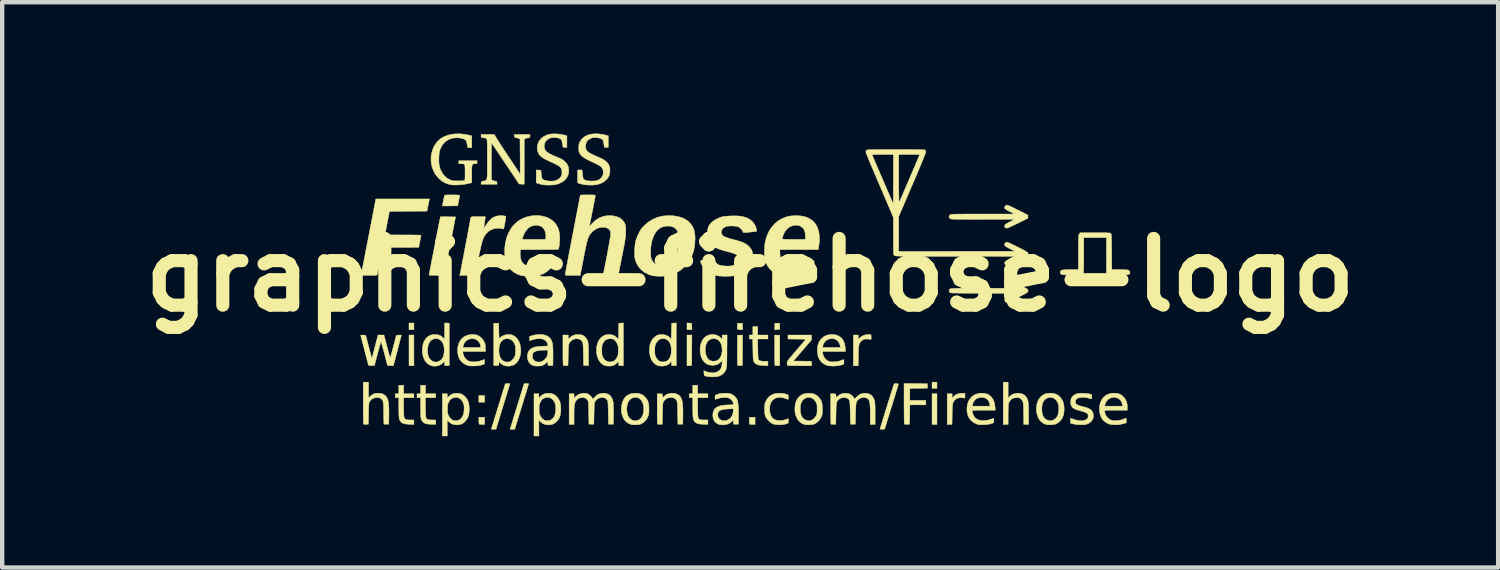
<source format=kicad_pcb>
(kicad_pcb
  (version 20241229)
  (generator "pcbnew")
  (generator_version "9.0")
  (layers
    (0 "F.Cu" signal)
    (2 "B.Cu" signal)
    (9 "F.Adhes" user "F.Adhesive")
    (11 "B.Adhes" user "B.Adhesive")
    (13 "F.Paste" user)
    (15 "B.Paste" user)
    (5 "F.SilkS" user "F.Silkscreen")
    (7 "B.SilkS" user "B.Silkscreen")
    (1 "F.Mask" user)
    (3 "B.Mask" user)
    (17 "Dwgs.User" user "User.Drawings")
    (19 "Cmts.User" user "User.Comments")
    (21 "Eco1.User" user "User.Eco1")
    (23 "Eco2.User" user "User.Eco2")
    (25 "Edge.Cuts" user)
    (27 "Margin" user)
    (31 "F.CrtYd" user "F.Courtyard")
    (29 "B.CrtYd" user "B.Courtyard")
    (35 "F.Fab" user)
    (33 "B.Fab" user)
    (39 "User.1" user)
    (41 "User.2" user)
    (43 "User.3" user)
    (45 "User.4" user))
  (footprint "graphics-firehose-logo"
    (layer "F.Cu")
    (at 14.086 3.231)
    (property "Reference" "graphics-firehose-logo" (at 0 0 0) (layer "F.SilkS") (effects (font (size 1.524 1.524) (thickness 0.3))))
    (attr through_hole)
    (fp_poly (pts (xy -7.681 1.25) (xy -7.793 1.25) (xy -7.793 1.097) (xy -7.681 1.097) (xy -7.681 1.25)) (stroke (width 0.01) (type solid)) (fill yes) (layer "F.SilkS"))
    (fp_poly (pts (xy -7.681 2.073) (xy -7.793 2.073) (xy -7.793 1.372) (xy -7.681 1.372) (xy -7.681 2.073)) (stroke (width 0.01) (type solid)) (fill yes) (layer "F.SilkS"))
    (fp_poly (pts (xy -6.066 2.906) (xy -6.198 2.906) (xy -6.198 2.753) (xy -6.066 2.753) (xy -6.066 2.906)) (stroke (width 0.01) (type solid)) (fill yes) (layer "F.SilkS"))
    (fp_poly (pts (xy -1.336 1.102) (xy -1.33 1.25) (xy -1.443 1.25) (xy -1.443 1.096) (xy -1.336 1.102)) (stroke (width 0.01) (type solid)) (fill yes) (layer "F.SilkS"))
    (fp_poly (pts (xy 4.267 2.591) (xy 4.155 2.591) (xy 4.155 2.449) (xy 4.267 2.449) (xy 4.267 2.591)) (stroke (width 0.01) (type solid)) (fill yes) (layer "F.SilkS"))
    (fp_poly (pts (xy 4.267 3.414) (xy 4.155 3.414) (xy 4.155 2.713) (xy 4.267 2.713) (xy 4.267 3.414)) (stroke (width 0.01) (type solid)) (fill yes) (layer "F.SilkS"))
    (fp_poly (pts (xy -1.336 2.068) (xy -1.389 2.071) (xy -1.443 2.074) (xy -1.443 1.372) (xy -1.331 1.372) (xy -1.336 2.068)) (stroke (width 0.01) (type solid)) (fill yes) (layer "F.SilkS"))
    (fp_poly (pts (xy 0.676 1.245) (xy 0.617 1.248) (xy 0.558 1.251) (xy 0.561 1.177) (xy 0.564 1.102) (xy 0.676 1.102) (xy 0.676 1.245)) (stroke (width 0.01) (type solid)) (fill yes) (layer "F.SilkS"))
    (fp_poly (pts (xy -0.172 1.25) (xy -0.228 1.25) (xy -0.267 1.247) (xy -0.288 1.24) (xy -0.29 1.236) (xy -0.293 1.219) (xy -0.293 1.189) (xy -0.293 1.162) (xy -0.29 1.102) (xy -0.178 1.102) (xy -0.172 1.25)) (stroke (width 0.01) (type solid)) (fill yes) (layer "F.SilkS"))
    (fp_poly (pts (xy -6.066 3.414) (xy -6.125 3.414) (xy -6.158 3.413) (xy -6.182 3.41) (xy -6.191 3.407) (xy -6.194 3.394) (xy -6.197 3.367) (xy -6.198 3.33) (xy -6.198 3.326) (xy -6.198 3.251) (xy -6.066 3.251) (xy -6.066 3.414)) (stroke (width 0.01) (type solid)) (fill yes) (layer "F.SilkS"))
    (fp_poly (pts (xy 0.112 3.414) (xy 0.052 3.414) (xy 0.019 3.413) (xy -0.005 3.41) (xy -0.014 3.407) (xy -0.017 3.394) (xy -0.019 3.367) (xy -0.02 3.33) (xy -0.02 3.326) (xy -0.02 3.251) (xy 0.112 3.251) (xy 0.112 3.414)) (stroke (width 0.01) (type solid)) (fill yes) (layer "F.SilkS"))
    (fp_poly (pts (xy 0.617 1.374) (xy 0.676 1.377) (xy 0.676 2.068) (xy 0.624 2.071) (xy 0.594 2.071) (xy 0.572 2.069) (xy 0.566 2.066) (xy 0.564 2.055) (xy 0.563 2.025) (xy 0.561 1.98) (xy 0.56 1.922) (xy 0.559 1.854) (xy 0.559 1.776) (xy 0.559 1.715) (xy 0.559 1.371) (xy 0.617 1.374)) (stroke (width 0.01) (type solid)) (fill yes) (layer "F.SilkS"))
    (fp_poly (pts (xy -0.175 1.719) (xy -0.178 2.068) (xy -0.231 2.071) (xy -0.268 2.071) (xy -0.287 2.065) (xy -0.29 2.06) (xy -0.291 2.047) (xy -0.292 2.016) (xy -0.292 1.97) (xy -0.293 1.911) (xy -0.293 1.842) (xy -0.293 1.765) (xy -0.292 1.712) (xy -0.29 1.377) (xy -0.231 1.374) (xy -0.172 1.371) (xy -0.175 1.719)) (stroke (width 0.01) (type solid)) (fill yes) (layer "F.SilkS"))
    (fp_poly (pts (xy 4.049 2.484) (xy 4.049 2.586) (xy 3.848 2.588) (xy 3.647 2.591) (xy 3.647 2.865) (xy 4.013 2.865) (xy 4.013 2.967) (xy 3.648 2.967) (xy 3.642 3.409) (xy 3.586 3.412) (xy 3.554 3.412) (xy 3.53 3.41) (xy 3.523 3.407) (xy 3.521 3.396) (xy 3.52 3.366) (xy 3.518 3.321) (xy 3.517 3.261) (xy 3.517 3.189) (xy 3.516 3.107) (xy 3.515 3.017) (xy 3.515 2.939) (xy 3.515 2.479) (xy 4.049 2.484)) (stroke (width 0.01) (type solid)) (fill yes) (layer "F.SilkS"))
    (fp_poly (pts (xy -5.064 2.483) (xy -5.061 2.49) (xy -5.062 2.496) (xy -5.066 2.509) (xy -5.075 2.54) (xy -5.089 2.586) (xy -5.107 2.646) (xy -5.129 2.718) (xy -5.155 2.799) (xy -5.182 2.889) (xy -5.212 2.985) (xy -5.223 3.02) (xy -5.379 3.526) (xy -5.484 3.526) (xy -5.465 3.462) (xy -5.458 3.439) (xy -5.446 3.4) (xy -5.429 3.345) (xy -5.409 3.277) (xy -5.385 3.2) (xy -5.358 3.114) (xy -5.33 3.022) (xy -5.305 2.941) (xy -5.164 2.484) (xy -5.11 2.481) (xy -5.079 2.48) (xy -5.064 2.483)) (stroke (width 0.01) (type solid)) (fill yes) (layer "F.SilkS"))
    (fp_poly (pts (xy 4.907 2.811) (xy 4.833 2.806) (xy 4.776 2.806) (xy 4.732 2.816) (xy 4.696 2.837) (xy 4.673 2.858) (xy 4.657 2.876) (xy 4.644 2.896) (xy 4.634 2.919) (xy 4.627 2.948) (xy 4.622 2.987) (xy 4.619 3.037) (xy 4.617 3.102) (xy 4.615 3.183) (xy 4.611 3.414) (xy 4.501 3.414) (xy 4.501 2.713) (xy 4.613 2.713) (xy 4.613 2.766) (xy 4.613 2.819) (xy 4.64 2.785) (xy 4.683 2.746) (xy 4.74 2.718) (xy 4.807 2.704) (xy 4.839 2.703) (xy 4.907 2.703) (xy 4.907 2.811)) (stroke (width 0.01) (type solid)) (fill yes) (layer "F.SilkS"))
    (fp_poly (pts (xy -5.49 2.484) (xy -5.489 2.491) (xy -5.492 2.503) (xy -5.502 2.533) (xy -5.516 2.578) (xy -5.534 2.637) (xy -5.556 2.708) (xy -5.581 2.79) (xy -5.608 2.879) (xy -5.638 2.975) (xy -5.65 3.015) (xy -5.806 3.525) (xy -5.86 3.525) (xy -5.89 3.525) (xy -5.909 3.524) (xy -5.913 3.523) (xy -5.91 3.513) (xy -5.902 3.486) (xy -5.888 3.442) (xy -5.871 3.385) (xy -5.849 3.315) (xy -5.825 3.235) (xy -5.797 3.146) (xy -5.768 3.051) (xy -5.753 3.002) (xy -5.593 2.484) (xy -5.538 2.481) (xy -5.506 2.48) (xy -5.49 2.484)) (stroke (width 0.01) (type solid)) (fill yes) (layer "F.SilkS"))
    (fp_poly (pts (xy 2.752 1.362) (xy 2.76 1.37) (xy 2.763 1.388) (xy 2.764 1.416) (xy 2.764 1.471) (xy 2.698 1.466) (xy 2.647 1.463) (xy 2.61 1.467) (xy 2.58 1.479) (xy 2.55 1.5) (xy 2.549 1.501) (xy 2.527 1.521) (xy 2.51 1.543) (xy 2.496 1.568) (xy 2.487 1.6) (xy 2.48 1.642) (xy 2.475 1.695) (xy 2.472 1.764) (xy 2.471 1.847) (xy 2.467 2.073) (xy 2.357 2.073) (xy 2.357 1.372) (xy 2.469 1.372) (xy 2.469 1.478) (xy 2.499 1.441) (xy 2.544 1.402) (xy 2.604 1.375) (xy 2.676 1.361) (xy 2.736 1.36) (xy 2.752 1.362)) (stroke (width 0.01) (type solid)) (fill yes) (layer "F.SilkS"))
    (fp_poly (pts (xy 1.402 1.482) (xy 0.987 1.966) (xy 1.402 1.971) (xy 1.402 2.073) (xy 1.129 2.073) (xy 1.057 2.072) (xy 0.991 2.072) (xy 0.935 2.071) (xy 0.891 2.069) (xy 0.862 2.068) (xy 0.85 2.066) (xy 0.85 2.066) (xy 0.846 2.052) (xy 0.844 2.026) (xy 0.843 2.014) (xy 0.844 2.001) (xy 0.846 1.989) (xy 0.851 1.975) (xy 0.86 1.959) (xy 0.876 1.937) (xy 0.898 1.908) (xy 0.929 1.871) (xy 0.969 1.823) (xy 1.021 1.763) (xy 1.058 1.719) (xy 1.273 1.468) (xy 1.068 1.465) (xy 0.864 1.463) (xy 0.864 1.372) (xy 1.402 1.372) (xy 1.402 1.482)) (stroke (width 0.01) (type solid)) (fill yes) (layer "F.SilkS"))
    (fp_poly (pts (xy -6.741 -1.828) (xy -6.692 -1.827) (xy -6.66 -1.825) (xy -6.642 -1.822) (xy -6.635 -1.817) (xy -6.635 -1.816) (xy -6.637 -1.801) (xy -6.643 -1.772) (xy -6.65 -1.731) (xy -6.658 -1.692) (xy -6.681 -1.58) (xy -6.856 -1.577) (xy -6.913 -1.576) (xy -6.962 -1.576) (xy -7 -1.577) (xy -7.024 -1.577) (xy -7.031 -1.579) (xy -7.029 -1.59) (xy -7.024 -1.616) (xy -7.017 -1.652) (xy -7.008 -1.693) (xy -7 -1.735) (xy -6.992 -1.771) (xy -6.987 -1.798) (xy -6.985 -1.806) (xy -6.982 -1.814) (xy -6.977 -1.82) (xy -6.967 -1.824) (xy -6.948 -1.827) (xy -6.917 -1.828) (xy -6.873 -1.829) (xy -6.811 -1.829) (xy -6.807 -1.829) (xy -6.741 -1.828)) (stroke (width 0.01) (type solid)) (fill yes) (layer "F.SilkS"))
    (fp_poly (pts (xy -7.417 2.713) (xy -7.183 2.713) (xy -7.183 2.804) (xy -7.417 2.804) (xy -7.417 3.01) (xy -7.416 3.075) (xy -7.415 3.135) (xy -7.413 3.187) (xy -7.41 3.227) (xy -7.407 3.251) (xy -7.407 3.252) (xy -7.395 3.278) (xy -7.376 3.296) (xy -7.346 3.307) (xy -7.301 3.311) (xy -7.264 3.312) (xy -7.183 3.312) (xy -7.183 3.414) (xy -7.252 3.412) (xy -7.291 3.411) (xy -7.326 3.409) (xy -7.346 3.407) (xy -7.375 3.403) (xy -7.404 3.398) (xy -7.446 3.382) (xy -7.483 3.35) (xy -7.51 3.309) (xy -7.517 3.287) (xy -7.521 3.262) (xy -7.524 3.219) (xy -7.527 3.163) (xy -7.528 3.095) (xy -7.529 3.023) (xy -7.529 2.804) (xy -7.61 2.804) (xy -7.61 2.713) (xy -7.529 2.713) (xy -7.529 2.52) (xy -7.417 2.52) (xy -7.417 2.713)) (stroke (width 0.01) (type solid)) (fill yes) (layer "F.SilkS"))
    (fp_poly (pts (xy 0.173 1.372) (xy 0.406 1.372) (xy 0.406 1.463) (xy 0.171 1.463) (xy 0.175 1.689) (xy 0.176 1.756) (xy 0.178 1.816) (xy 0.181 1.867) (xy 0.183 1.905) (xy 0.185 1.927) (xy 0.186 1.932) (xy 0.204 1.951) (xy 0.237 1.964) (xy 0.286 1.97) (xy 0.326 1.971) (xy 0.406 1.971) (xy 0.406 2.073) (xy 0.343 2.071) (xy 0.295 2.069) (xy 0.244 2.064) (xy 0.218 2.061) (xy 0.165 2.049) (xy 0.125 2.027) (xy 0.094 1.992) (xy 0.086 1.98) (xy 0.08 1.968) (xy 0.075 1.953) (xy 0.071 1.933) (xy 0.068 1.906) (xy 0.066 1.869) (xy 0.065 1.818) (xy 0.063 1.751) (xy 0.063 1.704) (xy 0.059 1.463) (xy -0.02 1.463) (xy -0.02 1.372) (xy 0.061 1.372) (xy 0.061 1.179) (xy 0.173 1.179) (xy 0.173 1.372)) (stroke (width 0.01) (type solid)) (fill yes) (layer "F.SilkS"))
    (fp_poly (pts (xy 3.34 2.481) (xy 3.371 2.485) (xy 3.384 2.492) (xy 3.386 2.499) (xy 3.382 2.512) (xy 3.373 2.542) (xy 3.36 2.587) (xy 3.341 2.647) (xy 3.32 2.718) (xy 3.295 2.799) (xy 3.267 2.889) (xy 3.238 2.984) (xy 3.227 3.018) (xy 3.072 3.52) (xy 3.019 3.524) (xy 2.99 3.524) (xy 2.971 3.522) (xy 2.967 3.52) (xy 2.97 3.509) (xy 2.978 3.481) (xy 2.991 3.438) (xy 3.008 3.382) (xy 3.028 3.315) (xy 3.051 3.241) (xy 3.076 3.16) (xy 3.102 3.075) (xy 3.129 2.989) (xy 3.155 2.903) (xy 3.181 2.82) (xy 3.206 2.742) (xy 3.228 2.671) (xy 3.247 2.61) (xy 3.263 2.56) (xy 3.274 2.524) (xy 3.281 2.504) (xy 3.282 2.501) (xy 3.291 2.487) (xy 3.305 2.481) (xy 3.332 2.481) (xy 3.34 2.481)) (stroke (width 0.01) (type solid)) (fill yes) (layer "F.SilkS"))
    (fp_poly (pts (xy -7.915 2.713) (xy -7.681 2.713) (xy -7.681 2.804) (xy -7.915 2.804) (xy -7.915 3.01) (xy -7.914 3.075) (xy -7.913 3.135) (xy -7.911 3.187) (xy -7.908 3.227) (xy -7.905 3.251) (xy -7.904 3.252) (xy -7.893 3.278) (xy -7.874 3.296) (xy -7.844 3.307) (xy -7.799 3.311) (xy -7.762 3.312) (xy -7.681 3.312) (xy -7.681 3.414) (xy -7.75 3.412) (xy -7.795 3.411) (xy -7.841 3.407) (xy -7.87 3.404) (xy -7.915 3.395) (xy -7.947 3.381) (xy -7.974 3.36) (xy -7.982 3.351) (xy -7.996 3.334) (xy -8.006 3.314) (xy -8.014 3.29) (xy -8.02 3.257) (xy -8.023 3.214) (xy -8.025 3.158) (xy -8.026 3.086) (xy -8.026 3.031) (xy -8.026 2.804) (xy -8.108 2.804) (xy -8.108 2.713) (xy -8.026 2.713) (xy -8.026 2.52) (xy -7.915 2.52) (xy -7.915 2.713)) (stroke (width 0.01) (type solid)) (fill yes) (layer "F.SilkS"))
    (fp_poly (pts (xy -1.199 2.713) (xy -0.965 2.713) (xy -0.965 2.804) (xy -1.199 2.804) (xy -1.199 3.01) (xy -1.198 3.075) (xy -1.197 3.136) (xy -1.195 3.188) (xy -1.192 3.228) (xy -1.188 3.253) (xy -1.188 3.254) (xy -1.178 3.279) (xy -1.162 3.296) (xy -1.137 3.306) (xy -1.098 3.311) (xy -1.046 3.312) (xy -0.965 3.312) (xy -0.965 3.414) (xy -1.034 3.412) (xy -1.079 3.411) (xy -1.126 3.407) (xy -1.154 3.404) (xy -1.199 3.395) (xy -1.231 3.381) (xy -1.258 3.36) (xy -1.266 3.351) (xy -1.28 3.334) (xy -1.29 3.314) (xy -1.298 3.29) (xy -1.304 3.257) (xy -1.308 3.214) (xy -1.31 3.158) (xy -1.311 3.086) (xy -1.311 3.031) (xy -1.311 2.804) (xy -1.392 2.804) (xy -1.392 2.713) (xy -1.311 2.713) (xy -1.311 2.52) (xy -1.199 2.52) (xy -1.199 2.713)) (stroke (width 0.01) (type solid)) (fill yes) (layer "F.SilkS"))
    (fp_poly (pts (xy 5.893 2.819) (xy 5.923 2.782) (xy 5.971 2.74) (xy 6.031 2.713) (xy 6.104 2.702) (xy 6.119 2.701) (xy 6.19 2.709) (xy 6.25 2.733) (xy 6.296 2.772) (xy 6.33 2.828) (xy 6.35 2.894) (xy 6.353 2.921) (xy 6.356 2.963) (xy 6.358 3.019) (xy 6.359 3.083) (xy 6.36 3.153) (xy 6.36 3.181) (xy 6.36 3.414) (xy 6.25 3.414) (xy 6.247 3.167) (xy 6.245 3.089) (xy 6.244 3.028) (xy 6.242 2.982) (xy 6.24 2.948) (xy 6.236 2.923) (xy 6.232 2.904) (xy 6.227 2.889) (xy 6.223 2.881) (xy 6.194 2.838) (xy 6.159 2.812) (xy 6.113 2.801) (xy 6.088 2.8) (xy 6.024 2.81) (xy 5.971 2.835) (xy 5.931 2.876) (xy 5.905 2.929) (xy 5.903 2.934) (xy 5.9 2.955) (xy 5.898 2.993) (xy 5.895 3.044) (xy 5.894 3.105) (xy 5.893 3.171) (xy 5.893 3.193) (xy 5.893 3.414) (xy 5.781 3.414) (xy 5.781 2.449) (xy 5.893 2.449) (xy 5.893 2.819)) (stroke (width 0.01) (type solid)) (fill yes) (layer "F.SilkS"))
    (fp_poly (pts (xy -6.998 -1.33) (xy -6.947 -1.329) (xy -6.902 -1.329) (xy -6.729 -1.326) (xy -6.859 -0.66) (xy -6.882 -0.547) (xy -6.903 -0.44) (xy -6.922 -0.34) (xy -6.94 -0.25) (xy -6.955 -0.17) (xy -6.968 -0.104) (xy -6.978 -0.051) (xy -6.986 -0.014) (xy -6.989 0.005) (xy -6.99 0.008) (xy -6.999 0.009) (xy -7.025 0.01) (xy -7.064 0.011) (xy -7.11 0.011) (xy -7.161 0.01) (xy -7.211 0.009) (xy -7.258 0.008) (xy -7.297 0.007) (xy -7.324 0.005) (xy -7.335 0.003) (xy -7.336 0.003) (xy -7.334 -0.008) (xy -7.328 -0.037) (xy -7.32 -0.082) (xy -7.309 -0.141) (xy -7.295 -0.211) (xy -7.28 -0.292) (xy -7.263 -0.38) (xy -7.244 -0.474) (xy -7.225 -0.572) (xy -7.206 -0.671) (xy -7.187 -0.771) (xy -7.168 -0.868) (xy -7.149 -0.962) (xy -7.132 -1.048) (xy -7.117 -1.127) (xy -7.103 -1.196) (xy -7.092 -1.252) (xy -7.084 -1.295) (xy -7.078 -1.321) (xy -7.077 -1.329) (xy -7.066 -1.329) (xy -7.039 -1.33) (xy -6.998 -1.33)) (stroke (width 0.01) (type solid)) (fill yes) (layer "F.SilkS"))
    (fp_poly (pts (xy -3.878 1.363) (xy -3.831 1.375) (xy -3.792 1.398) (xy -3.761 1.428) (xy -3.741 1.452) (xy -3.726 1.475) (xy -3.714 1.501) (xy -3.706 1.533) (xy -3.7 1.572) (xy -3.696 1.622) (xy -3.694 1.686) (xy -3.693 1.765) (xy -3.693 1.819) (xy -3.693 2.068) (xy -3.805 2.068) (xy -3.81 1.814) (xy -3.812 1.733) (xy -3.814 1.67) (xy -3.816 1.622) (xy -3.819 1.587) (xy -3.822 1.561) (xy -3.826 1.543) (xy -3.832 1.529) (xy -3.833 1.527) (xy -3.864 1.489) (xy -3.905 1.465) (xy -3.953 1.456) (xy -4.002 1.46) (xy -4.051 1.478) (xy -4.095 1.509) (xy -4.13 1.552) (xy -4.133 1.558) (xy -4.139 1.572) (xy -4.143 1.59) (xy -4.147 1.616) (xy -4.15 1.652) (xy -4.152 1.701) (xy -4.154 1.766) (xy -4.155 1.829) (xy -4.161 2.068) (xy -4.212 2.071) (xy -4.242 2.071) (xy -4.264 2.069) (xy -4.27 2.066) (xy -4.272 2.055) (xy -4.273 2.025) (xy -4.275 1.98) (xy -4.276 1.922) (xy -4.277 1.854) (xy -4.277 1.777) (xy -4.277 1.715) (xy -4.277 1.372) (xy -4.155 1.372) (xy -4.155 1.474) (xy -4.125 1.439) (xy -4.073 1.395) (xy -4.011 1.369) (xy -3.939 1.36) (xy -3.938 1.36) (xy -3.878 1.363)) (stroke (width 0.01) (type solid)) (fill yes) (layer "F.SilkS"))
    (fp_poly (pts (xy -1.737 2.703) (xy -1.678 2.718) (xy -1.628 2.747) (xy -1.609 2.765) (xy -1.587 2.794) (xy -1.569 2.829) (xy -1.556 2.873) (xy -1.546 2.926) (xy -1.54 2.993) (xy -1.536 3.074) (xy -1.536 3.172) (xy -1.536 3.221) (xy -1.539 3.409) (xy -1.651 3.409) (xy -1.656 3.155) (xy -1.658 3.073) (xy -1.66 3.01) (xy -1.662 2.962) (xy -1.665 2.926) (xy -1.668 2.901) (xy -1.673 2.883) (xy -1.678 2.87) (xy -1.678 2.869) (xy -1.708 2.831) (xy -1.748 2.808) (xy -1.801 2.8) (xy -1.808 2.8) (xy -1.873 2.808) (xy -1.926 2.833) (xy -1.966 2.874) (xy -1.969 2.879) (xy -1.978 2.892) (xy -1.984 2.904) (xy -1.989 2.919) (xy -1.993 2.939) (xy -1.996 2.967) (xy -1.998 3.005) (xy -1.999 3.057) (xy -2.001 3.125) (xy -2.002 3.164) (xy -2.007 3.409) (xy -2.058 3.412) (xy -2.089 3.412) (xy -2.11 3.41) (xy -2.116 3.407) (xy -2.118 3.396) (xy -2.119 3.366) (xy -2.121 3.322) (xy -2.122 3.263) (xy -2.123 3.195) (xy -2.123 3.118) (xy -2.123 3.056) (xy -2.123 2.712) (xy -2.065 2.715) (xy -2.007 2.718) (xy -1.996 2.806) (xy -1.966 2.773) (xy -1.919 2.736) (xy -1.862 2.712) (xy -1.8 2.701) (xy -1.737 2.703)) (stroke (width 0.01) (type solid)) (fill yes) (layer "F.SilkS"))
    (fp_poly (pts (xy -8.717 2.628) (xy -8.717 2.807) (xy -8.676 2.769) (xy -8.644 2.744) (xy -8.612 2.723) (xy -8.598 2.716) (xy -8.559 2.706) (xy -8.511 2.702) (xy -8.46 2.703) (xy -8.415 2.71) (xy -8.39 2.719) (xy -8.353 2.741) (xy -8.323 2.767) (xy -8.299 2.8) (xy -8.28 2.842) (xy -8.267 2.894) (xy -8.258 2.959) (xy -8.253 3.039) (xy -8.251 3.135) (xy -8.252 3.216) (xy -8.255 3.409) (xy -8.367 3.409) (xy -8.372 3.155) (xy -8.374 3.074) (xy -8.375 3.011) (xy -8.378 2.963) (xy -8.38 2.928) (xy -8.384 2.902) (xy -8.388 2.884) (xy -8.394 2.87) (xy -8.395 2.868) (xy -8.423 2.83) (xy -8.46 2.808) (xy -8.51 2.8) (xy -8.524 2.8) (xy -8.587 2.809) (xy -8.641 2.836) (xy -8.684 2.879) (xy -8.687 2.883) (xy -8.695 2.895) (xy -8.701 2.907) (xy -8.706 2.922) (xy -8.709 2.943) (xy -8.712 2.972) (xy -8.714 3.012) (xy -8.715 3.067) (xy -8.717 3.137) (xy -8.717 3.164) (xy -8.722 3.409) (xy -8.774 3.412) (xy -8.804 3.412) (xy -8.826 3.41) (xy -8.832 3.407) (xy -8.833 3.396) (xy -8.835 3.367) (xy -8.836 3.321) (xy -8.837 3.261) (xy -8.838 3.188) (xy -8.839 3.106) (xy -8.839 3.015) (xy -8.839 2.924) (xy -8.839 2.449) (xy -8.717 2.449) (xy -8.717 2.628)) (stroke (width 0.01) (type solid)) (fill yes) (layer "F.SilkS"))
    (fp_poly (pts (xy 6.918 2.706) (xy 6.974 2.718) (xy 6.99 2.724) (xy 7.048 2.759) (xy 7.099 2.811) (xy 7.137 2.873) (xy 7.153 2.913) (xy 7.169 2.995) (xy 7.173 3.084) (xy 7.163 3.171) (xy 7.152 3.216) (xy 7.123 3.28) (xy 7.081 3.336) (xy 7.028 3.38) (xy 6.975 3.407) (xy 6.935 3.416) (xy 6.884 3.422) (xy 6.831 3.423) (xy 6.783 3.42) (xy 6.756 3.414) (xy 6.688 3.384) (xy 6.631 3.337) (xy 6.587 3.275) (xy 6.557 3.198) (xy 6.544 3.135) (xy 6.54 3.063) (xy 6.662 3.063) (xy 6.668 3.146) (xy 6.686 3.214) (xy 6.717 3.265) (xy 6.76 3.302) (xy 6.794 3.318) (xy 6.834 3.329) (xy 6.869 3.331) (xy 6.908 3.323) (xy 6.952 3.3) (xy 6.993 3.262) (xy 7.023 3.216) (xy 7.037 3.177) (xy 7.046 3.126) (xy 7.05 3.069) (xy 7.049 3.013) (xy 7.043 2.965) (xy 7.042 2.961) (xy 7.018 2.899) (xy 6.982 2.85) (xy 6.938 2.816) (xy 6.887 2.798) (xy 6.831 2.798) (xy 6.782 2.813) (xy 6.733 2.845) (xy 6.697 2.889) (xy 6.674 2.948) (xy 6.663 3.021) (xy 6.662 3.063) (xy 6.54 3.063) (xy 6.538 3.044) (xy 6.548 2.959) (xy 6.572 2.882) (xy 6.608 2.817) (xy 6.657 2.764) (xy 6.716 2.726) (xy 6.738 2.717) (xy 6.791 2.705) (xy 6.854 2.701) (xy 6.918 2.706)) (stroke (width 0.01) (type solid)) (fill yes) (layer "F.SilkS"))
    (fp_poly (pts (xy -6.873 1.102) (xy -6.873 2.068) (xy -6.927 2.071) (xy -6.98 2.074) (xy -6.98 1.967) (xy -7.014 2.005) (xy -7.066 2.047) (xy -7.127 2.073) (xy -7.194 2.084) (xy -7.263 2.078) (xy -7.324 2.056) (xy -7.381 2.016) (xy -7.428 1.96) (xy -7.462 1.887) (xy -7.469 1.867) (xy -7.483 1.799) (xy -7.488 1.724) (xy -7.488 1.722) (xy -7.37 1.722) (xy -7.363 1.805) (xy -7.345 1.873) (xy -7.313 1.925) (xy -7.268 1.963) (xy -7.25 1.972) (xy -7.2 1.988) (xy -7.153 1.988) (xy -7.104 1.97) (xy -7.102 1.968) (xy -7.056 1.937) (xy -7.023 1.894) (xy -7.001 1.837) (xy -6.99 1.766) (xy -6.988 1.71) (xy -6.995 1.632) (xy -7.015 1.566) (xy -7.046 1.514) (xy -7.088 1.477) (xy -7.139 1.457) (xy -7.177 1.453) (xy -7.235 1.462) (xy -7.284 1.488) (xy -7.323 1.531) (xy -7.35 1.588) (xy -7.366 1.66) (xy -7.37 1.722) (xy -7.488 1.722) (xy -7.484 1.649) (xy -7.472 1.58) (xy -7.456 1.533) (xy -7.416 1.464) (xy -7.369 1.413) (xy -7.313 1.379) (xy -7.247 1.362) (xy -7.203 1.36) (xy -7.13 1.367) (xy -7.069 1.39) (xy -7.021 1.428) (xy -7.016 1.433) (xy -6.999 1.452) (xy -6.987 1.463) (xy -6.986 1.463) (xy -6.984 1.453) (xy -6.982 1.427) (xy -6.981 1.386) (xy -6.98 1.335) (xy -6.98 1.28) (xy -6.98 1.096) (xy -6.873 1.102)) (stroke (width 0.01) (type solid)) (fill yes) (layer "F.SilkS"))
    (fp_poly (pts (xy 1.951 1.367) (xy 2.021 1.392) (xy 2.078 1.432) (xy 2.122 1.488) (xy 2.153 1.558) (xy 2.17 1.641) (xy 2.172 1.663) (xy 2.177 1.748) (xy 1.653 1.748) (xy 1.659 1.794) (xy 1.675 1.853) (xy 1.708 1.907) (xy 1.753 1.949) (xy 1.773 1.96) (xy 1.802 1.974) (xy 1.829 1.981) (xy 1.861 1.985) (xy 1.906 1.985) (xy 1.91 1.985) (xy 1.962 1.982) (xy 2.009 1.975) (xy 2.058 1.961) (xy 2.116 1.939) (xy 2.127 1.935) (xy 2.137 1.933) (xy 2.142 1.94) (xy 2.143 1.96) (xy 2.142 1.982) (xy 2.139 2.037) (xy 2.083 2.056) (xy 2.032 2.069) (xy 1.971 2.077) (xy 1.905 2.081) (xy 1.841 2.079) (xy 1.785 2.073) (xy 1.751 2.065) (xy 1.677 2.029) (xy 1.619 1.98) (xy 1.576 1.919) (xy 1.548 1.844) (xy 1.536 1.756) (xy 1.536 1.698) (xy 1.54 1.656) (xy 1.654 1.656) (xy 2.063 1.656) (xy 2.057 1.618) (xy 2.037 1.559) (xy 2.004 1.51) (xy 1.958 1.475) (xy 1.905 1.456) (xy 1.873 1.453) (xy 1.806 1.462) (xy 1.748 1.488) (xy 1.703 1.529) (xy 1.672 1.584) (xy 1.66 1.625) (xy 1.654 1.656) (xy 1.54 1.656) (xy 1.542 1.627) (xy 1.556 1.57) (xy 1.578 1.521) (xy 1.613 1.474) (xy 1.631 1.454) (xy 1.684 1.408) (xy 1.745 1.378) (xy 1.816 1.362) (xy 1.87 1.359) (xy 1.951 1.367)) (stroke (width 0.01) (type solid)) (fill yes) (layer "F.SilkS"))
    (fp_poly (pts (xy -6.631 2.708) (xy -6.572 2.731) (xy -6.52 2.771) (xy -6.506 2.786) (xy -6.468 2.835) (xy -6.441 2.889) (xy -6.425 2.951) (xy -6.418 3.026) (xy -6.417 3.063) (xy -6.421 3.142) (xy -6.432 3.207) (xy -6.452 3.262) (xy -6.483 3.311) (xy -6.503 3.336) (xy -6.552 3.382) (xy -6.605 3.41) (xy -6.668 3.423) (xy -6.701 3.424) (xy -6.772 3.417) (xy -6.831 3.394) (xy -6.88 3.355) (xy -6.888 3.347) (xy -6.919 3.311) (xy -6.919 3.678) (xy -7.031 3.678) (xy -7.031 3.063) (xy -6.914 3.063) (xy -6.913 3.112) (xy -6.911 3.147) (xy -6.906 3.174) (xy -6.896 3.199) (xy -6.883 3.226) (xy -6.847 3.278) (xy -6.802 3.313) (xy -6.751 3.33) (xy -6.695 3.328) (xy -6.644 3.31) (xy -6.599 3.276) (xy -6.566 3.227) (xy -6.544 3.163) (xy -6.535 3.093) (xy -6.534 3.038) (xy -6.537 2.989) (xy -6.542 2.96) (xy -6.566 2.897) (xy -6.601 2.847) (xy -6.645 2.814) (xy -6.696 2.797) (xy -6.752 2.798) (xy -6.808 2.817) (xy -6.837 2.835) (xy -6.859 2.858) (xy -6.88 2.894) (xy -6.883 2.9) (xy -6.898 2.93) (xy -6.907 2.955) (xy -6.911 2.983) (xy -6.913 3.019) (xy -6.914 3.063) (xy -7.031 3.063) (xy -7.031 2.713) (xy -6.919 2.713) (xy -6.919 2.815) (xy -6.886 2.777) (xy -6.837 2.736) (xy -6.778 2.71) (xy -6.707 2.701) (xy -6.701 2.701) (xy -6.631 2.708)) (stroke (width 0.01) (type solid)) (fill yes) (layer "F.SilkS"))
    (fp_poly (pts (xy -4.538 2.708) (xy -4.48 2.731) (xy -4.427 2.771) (xy -4.413 2.786) (xy -4.375 2.835) (xy -4.348 2.889) (xy -4.332 2.951) (xy -4.325 3.026) (xy -4.324 3.063) (xy -4.328 3.142) (xy -4.339 3.207) (xy -4.359 3.262) (xy -4.39 3.311) (xy -4.41 3.336) (xy -4.459 3.382) (xy -4.513 3.41) (xy -4.575 3.423) (xy -4.608 3.424) (xy -4.679 3.417) (xy -4.738 3.394) (xy -4.787 3.355) (xy -4.795 3.347) (xy -4.826 3.311) (xy -4.826 3.678) (xy -4.938 3.678) (xy -4.938 3.063) (xy -4.821 3.063) (xy -4.82 3.112) (xy -4.818 3.147) (xy -4.813 3.174) (xy -4.803 3.199) (xy -4.79 3.226) (xy -4.754 3.278) (xy -4.709 3.313) (xy -4.658 3.33) (xy -4.602 3.328) (xy -4.551 3.31) (xy -4.506 3.276) (xy -4.473 3.227) (xy -4.451 3.163) (xy -4.442 3.093) (xy -4.441 3.038) (xy -4.444 2.989) (xy -4.449 2.96) (xy -4.473 2.897) (xy -4.508 2.847) (xy -4.552 2.814) (xy -4.603 2.797) (xy -4.659 2.798) (xy -4.715 2.817) (xy -4.744 2.835) (xy -4.766 2.858) (xy -4.787 2.894) (xy -4.79 2.9) (xy -4.805 2.93) (xy -4.814 2.955) (xy -4.818 2.983) (xy -4.821 3.019) (xy -4.821 3.063) (xy -4.938 3.063) (xy -4.938 2.713) (xy -4.826 2.713) (xy -4.826 2.815) (xy -4.793 2.777) (xy -4.744 2.736) (xy -4.685 2.71) (xy -4.614 2.701) (xy -4.608 2.701) (xy -4.538 2.708)) (stroke (width 0.01) (type solid)) (fill yes) (layer "F.SilkS"))
    (fp_poly (pts (xy -1.687 2.074) (xy -1.74 2.071) (xy -1.793 2.068) (xy -1.799 1.972) (xy -1.832 2.008) (xy -1.878 2.049) (xy -1.932 2.073) (xy -1.997 2.081) (xy -2.012 2.082) (xy -2.052 2.079) (xy -2.09 2.075) (xy -2.111 2.07) (xy -2.152 2.049) (xy -2.194 2.014) (xy -2.232 1.971) (xy -2.26 1.926) (xy -2.286 1.851) (xy -2.3 1.766) (xy -2.3 1.722) (xy -2.179 1.722) (xy -2.179 1.771) (xy -2.176 1.807) (xy -2.17 1.835) (xy -2.16 1.861) (xy -2.151 1.881) (xy -2.117 1.934) (xy -2.076 1.969) (xy -2.026 1.985) (xy -1.972 1.986) (xy -1.936 1.978) (xy -1.901 1.965) (xy -1.895 1.961) (xy -1.857 1.926) (xy -1.827 1.874) (xy -1.808 1.809) (xy -1.801 1.752) (xy -1.802 1.668) (xy -1.816 1.596) (xy -1.842 1.537) (xy -1.879 1.493) (xy -1.926 1.465) (xy -1.983 1.453) (xy -1.993 1.453) (xy -2.049 1.462) (xy -2.096 1.489) (xy -2.134 1.534) (xy -2.149 1.56) (xy -2.163 1.59) (xy -2.172 1.616) (xy -2.177 1.645) (xy -2.179 1.682) (xy -2.179 1.722) (xy -2.3 1.722) (xy -2.3 1.679) (xy -2.288 1.595) (xy -2.266 1.528) (xy -2.237 1.478) (xy -2.197 1.432) (xy -2.152 1.394) (xy -2.124 1.379) (xy -2.063 1.361) (xy -1.997 1.36) (xy -1.932 1.373) (xy -1.874 1.399) (xy -1.834 1.432) (xy -1.803 1.464) (xy -1.793 1.102) (xy -1.687 1.096) (xy -1.687 2.074)) (stroke (width 0.01) (type solid)) (fill yes) (layer "F.SilkS"))
    (fp_poly (pts (xy 0.718 2.703) (xy 0.782 2.712) (xy 0.813 2.721) (xy 0.869 2.74) (xy 0.872 2.794) (xy 0.873 2.825) (xy 0.871 2.839) (xy 0.864 2.842) (xy 0.857 2.84) (xy 0.812 2.823) (xy 0.764 2.809) (xy 0.72 2.799) (xy 0.686 2.794) (xy 0.682 2.794) (xy 0.612 2.803) (xy 0.552 2.828) (xy 0.504 2.87) (xy 0.47 2.923) (xy 0.452 2.982) (xy 0.444 3.049) (xy 0.448 3.117) (xy 0.462 3.181) (xy 0.485 3.236) (xy 0.506 3.265) (xy 0.547 3.296) (xy 0.601 3.317) (xy 0.663 3.326) (xy 0.729 3.324) (xy 0.794 3.309) (xy 0.811 3.303) (xy 0.841 3.292) (xy 0.862 3.284) (xy 0.869 3.282) (xy 0.872 3.291) (xy 0.873 3.314) (xy 0.874 3.331) (xy 0.873 3.361) (xy 0.867 3.379) (xy 0.851 3.39) (xy 0.831 3.399) (xy 0.791 3.41) (xy 0.738 3.418) (xy 0.679 3.421) (xy 0.62 3.42) (xy 0.567 3.415) (xy 0.537 3.408) (xy 0.489 3.385) (xy 0.441 3.349) (xy 0.397 3.303) (xy 0.363 3.255) (xy 0.354 3.239) (xy 0.344 3.213) (xy 0.337 3.187) (xy 0.333 3.158) (xy 0.331 3.118) (xy 0.33 3.063) (xy 0.33 3.011) (xy 0.332 2.973) (xy 0.336 2.945) (xy 0.342 2.921) (xy 0.353 2.895) (xy 0.364 2.873) (xy 0.403 2.81) (xy 0.453 2.762) (xy 0.517 2.727) (xy 0.53 2.721) (xy 0.584 2.708) (xy 0.649 2.702) (xy 0.718 2.703)) (stroke (width 0.01) (type solid)) (fill yes) (layer "F.SilkS"))
    (fp_poly (pts (xy 5.868 -1.596) (xy 5.884 -1.592) (xy 5.908 -1.583) (xy 5.941 -1.569) (xy 5.985 -1.548) (xy 6.043 -1.519) (xy 6.109 -1.486) (xy 6.345 -1.367) (xy 6.345 -1.295) (xy 6.116 -1.182) (xy 6.052 -1.151) (xy 5.993 -1.122) (xy 5.941 -1.099) (xy 5.9 -1.081) (xy 5.871 -1.07) (xy 5.86 -1.068) (xy 5.833 -1.075) (xy 5.821 -1.088) (xy 5.813 -1.111) (xy 5.814 -1.131) (xy 5.828 -1.151) (xy 5.857 -1.172) (xy 5.901 -1.198) (xy 5.931 -1.214) (xy 6.04 -1.269) (xy 5.313 -1.269) (xy 5.173 -1.27) (xy 5.051 -1.27) (xy 4.947 -1.27) (xy 4.859 -1.271) (xy 4.786 -1.271) (xy 4.726 -1.272) (xy 4.678 -1.273) (xy 4.64 -1.275) (xy 4.612 -1.276) (xy 4.592 -1.278) (xy 4.578 -1.281) (xy 4.569 -1.283) (xy 4.564 -1.286) (xy 4.545 -1.31) (xy 4.544 -1.339) (xy 4.558 -1.368) (xy 4.562 -1.372) (xy 4.566 -1.375) (xy 4.572 -1.379) (xy 4.58 -1.382) (xy 4.592 -1.384) (xy 4.61 -1.386) (xy 4.635 -1.388) (xy 4.668 -1.389) (xy 4.711 -1.39) (xy 4.766 -1.391) (xy 4.833 -1.391) (xy 4.914 -1.392) (xy 5.01 -1.392) (xy 5.123 -1.392) (xy 5.255 -1.392) (xy 5.311 -1.392) (xy 6.04 -1.393) (xy 5.93 -1.449) (xy 5.887 -1.471) (xy 5.851 -1.492) (xy 5.826 -1.509) (xy 5.815 -1.519) (xy 5.813 -1.549) (xy 5.827 -1.577) (xy 5.847 -1.593) (xy 5.856 -1.596) (xy 5.868 -1.596)) (stroke (width 0.01) (type solid)) (fill yes) (layer "F.SilkS"))
    (fp_poly (pts (xy -2.555 2.706) (xy -2.494 2.722) (xy -2.443 2.75) (xy -2.396 2.793) (xy -2.389 2.799) (xy -2.358 2.841) (xy -2.335 2.885) (xy -2.321 2.935) (xy -2.313 2.996) (xy -2.312 3.068) (xy -2.312 3.121) (xy -2.314 3.158) (xy -2.318 3.187) (xy -2.326 3.213) (xy -2.338 3.242) (xy -2.341 3.249) (xy -2.38 3.313) (xy -2.43 3.365) (xy -2.488 3.401) (xy -2.507 3.408) (xy -2.551 3.418) (xy -2.606 3.423) (xy -2.662 3.422) (xy -2.711 3.416) (xy -2.734 3.41) (xy -2.803 3.376) (xy -2.858 3.329) (xy -2.899 3.267) (xy -2.927 3.19) (xy -2.941 3.114) (xy -2.943 3.07) (xy -2.942 3.058) (xy -2.819 3.058) (xy -2.813 3.14) (xy -2.794 3.209) (xy -2.763 3.263) (xy -2.721 3.301) (xy -2.687 3.317) (xy -2.648 3.329) (xy -2.617 3.331) (xy -2.581 3.324) (xy -2.569 3.321) (xy -2.52 3.296) (xy -2.481 3.255) (xy -2.452 3.199) (xy -2.435 3.132) (xy -2.43 3.054) (xy -2.431 3.033) (xy -2.442 2.958) (xy -2.466 2.896) (xy -2.5 2.847) (xy -2.542 2.814) (xy -2.591 2.797) (xy -2.646 2.797) (xy -2.699 2.813) (xy -2.748 2.847) (xy -2.785 2.895) (xy -2.808 2.96) (xy -2.818 3.039) (xy -2.819 3.058) (xy -2.942 3.058) (xy -2.941 3.019) (xy -2.937 2.982) (xy -2.915 2.896) (xy -2.881 2.825) (xy -2.833 2.77) (xy -2.773 2.731) (xy -2.702 2.708) (xy -2.629 2.701) (xy -2.555 2.706)) (stroke (width 0.01) (type solid)) (fill yes) (layer "F.SilkS"))
    (fp_poly (pts (xy -6.287 1.362) (xy -6.235 1.374) (xy -6.189 1.397) (xy -6.144 1.434) (xy -6.135 1.443) (xy -6.093 1.492) (xy -6.065 1.544) (xy -6.05 1.603) (xy -6.045 1.675) (xy -6.045 1.678) (xy -6.045 1.748) (xy -6.566 1.748) (xy -6.559 1.789) (xy -6.539 1.857) (xy -6.503 1.912) (xy -6.451 1.955) (xy -6.436 1.964) (xy -6.393 1.978) (xy -6.337 1.985) (xy -6.275 1.984) (xy -6.212 1.976) (xy -6.162 1.962) (xy -6.118 1.945) (xy -6.089 1.936) (xy -6.073 1.934) (xy -6.067 1.941) (xy -6.066 1.956) (xy -6.067 1.982) (xy -6.067 1.982) (xy -6.071 2.036) (xy -6.132 2.056) (xy -6.179 2.067) (xy -6.236 2.075) (xy -6.298 2.079) (xy -6.358 2.08) (xy -6.411 2.076) (xy -6.449 2.069) (xy -6.526 2.034) (xy -6.589 1.986) (xy -6.636 1.925) (xy -6.667 1.851) (xy -6.682 1.768) (xy -6.682 1.675) (xy -6.678 1.653) (xy -6.563 1.653) (xy -6.554 1.654) (xy -6.527 1.655) (xy -6.486 1.655) (xy -6.433 1.656) (xy -6.373 1.656) (xy -6.359 1.656) (xy -6.154 1.656) (xy -6.161 1.613) (xy -6.179 1.556) (xy -6.211 1.51) (xy -6.254 1.477) (xy -6.305 1.458) (xy -6.36 1.454) (xy -6.416 1.465) (xy -6.47 1.492) (xy -6.493 1.511) (xy -6.53 1.556) (xy -6.548 1.598) (xy -6.557 1.628) (xy -6.562 1.648) (xy -6.563 1.653) (xy -6.678 1.653) (xy -6.666 1.591) (xy -6.635 1.518) (xy -6.59 1.457) (xy -6.533 1.409) (xy -6.464 1.377) (xy -6.386 1.361) (xy -6.353 1.359) (xy -6.287 1.362)) (stroke (width 0.01) (type solid)) (fill yes) (layer "F.SilkS"))
    (fp_poly (pts (xy 5.346 2.704) (xy 5.404 2.716) (xy 5.45 2.738) (xy 5.494 2.772) (xy 5.507 2.785) (xy 5.548 2.842) (xy 5.577 2.914) (xy 5.593 3.003) (xy 5.594 3.011) (xy 5.601 3.089) (xy 5.335 3.089) (xy 5.252 3.089) (xy 5.188 3.089) (xy 5.139 3.091) (xy 5.105 3.092) (xy 5.084 3.095) (xy 5.073 3.098) (xy 5.07 3.102) (xy 5.075 3.133) (xy 5.087 3.172) (xy 5.104 3.212) (xy 5.122 3.244) (xy 5.127 3.251) (xy 5.173 3.291) (xy 5.232 3.316) (xy 5.302 3.327) (xy 5.381 3.324) (xy 5.466 3.306) (xy 5.55 3.277) (xy 5.561 3.274) (xy 5.566 3.281) (xy 5.567 3.302) (xy 5.566 3.323) (xy 5.563 3.376) (xy 5.507 3.396) (xy 5.464 3.407) (xy 5.41 3.415) (xy 5.35 3.42) (xy 5.289 3.421) (xy 5.236 3.419) (xy 5.194 3.413) (xy 5.187 3.41) (xy 5.11 3.375) (xy 5.047 3.326) (xy 4.999 3.264) (xy 4.967 3.191) (xy 4.952 3.108) (xy 4.953 3.018) (xy 4.962 2.971) (xy 5.08 2.971) (xy 5.08 2.997) (xy 5.476 2.997) (xy 5.476 2.971) (xy 5.47 2.938) (xy 5.456 2.898) (xy 5.436 2.863) (xy 5.428 2.851) (xy 5.387 2.82) (xy 5.335 2.801) (xy 5.279 2.796) (xy 5.222 2.805) (xy 5.171 2.827) (xy 5.151 2.841) (xy 5.121 2.874) (xy 5.097 2.913) (xy 5.082 2.952) (xy 5.08 2.971) (xy 4.962 2.971) (xy 4.971 2.929) (xy 5.004 2.853) (xy 5.051 2.792) (xy 5.11 2.745) (xy 5.181 2.715) (xy 5.262 2.701) (xy 5.346 2.704)) (stroke (width 0.01) (type solid)) (fill yes) (layer "F.SilkS"))
    (fp_poly (pts (xy -5.74 1.285) (xy -5.739 1.35) (xy -5.737 1.397) (xy -5.735 1.428) (xy -5.733 1.446) (xy -5.729 1.453) (xy -5.725 1.452) (xy -5.719 1.444) (xy -5.717 1.44) (xy -5.682 1.407) (xy -5.634 1.381) (xy -5.578 1.365) (xy -5.517 1.359) (xy -5.458 1.365) (xy -5.415 1.379) (xy -5.359 1.415) (xy -5.313 1.466) (xy -5.277 1.528) (xy -5.253 1.599) (xy -5.24 1.676) (xy -5.238 1.754) (xy -5.249 1.832) (xy -5.273 1.907) (xy -5.309 1.974) (xy -5.329 2) (xy -5.374 2.039) (xy -5.431 2.066) (xy -5.495 2.081) (xy -5.559 2.082) (xy -5.62 2.069) (xy -5.634 2.064) (xy -5.668 2.043) (xy -5.7 2.017) (xy -5.705 2.012) (xy -5.735 1.98) (xy -5.74 2.024) (xy -5.745 2.068) (xy -5.857 2.068) (xy -5.857 1.722) (xy -5.74 1.722) (xy -5.734 1.805) (xy -5.715 1.873) (xy -5.684 1.926) (xy -5.641 1.964) (xy -5.625 1.972) (xy -5.58 1.987) (xy -5.539 1.99) (xy -5.495 1.981) (xy -5.458 1.962) (xy -5.422 1.93) (xy -5.391 1.889) (xy -5.374 1.853) (xy -5.367 1.824) (xy -5.362 1.782) (xy -5.36 1.734) (xy -5.36 1.717) (xy -5.36 1.669) (xy -5.363 1.634) (xy -5.369 1.606) (xy -5.381 1.578) (xy -5.388 1.563) (xy -5.422 1.51) (xy -5.464 1.476) (xy -5.517 1.458) (xy -5.532 1.455) (xy -5.591 1.458) (xy -5.641 1.477) (xy -5.682 1.514) (xy -5.713 1.566) (xy -5.733 1.632) (xy -5.74 1.712) (xy -5.74 1.722) (xy -5.857 1.722) (xy -5.857 1.102) (xy -5.745 1.102) (xy -5.74 1.285)) (stroke (width 0.01) (type solid)) (fill yes) (layer "F.SilkS"))
    (fp_poly (pts (xy -2.896 2.074) (xy -2.949 2.071) (xy -3.002 2.068) (xy -3.005 2.021) (xy -3.008 1.975) (xy -3.053 2.018) (xy -3.084 2.044) (xy -3.117 2.064) (xy -3.136 2.072) (xy -3.182 2.08) (xy -3.236 2.081) (xy -3.287 2.077) (xy -3.321 2.069) (xy -3.379 2.037) (xy -3.429 1.989) (xy -3.468 1.925) (xy -3.496 1.849) (xy -3.501 1.827) (xy -3.512 1.738) (xy -3.512 1.722) (xy -3.388 1.722) (xy -3.388 1.773) (xy -3.385 1.81) (xy -3.381 1.837) (xy -3.373 1.86) (xy -3.361 1.885) (xy -3.361 1.886) (xy -3.325 1.938) (xy -3.281 1.971) (xy -3.228 1.986) (xy -3.181 1.986) (xy -3.144 1.978) (xy -3.109 1.964) (xy -3.103 1.96) (xy -3.073 1.933) (xy -3.045 1.89) (xy -3.041 1.882) (xy -3.027 1.852) (xy -3.019 1.826) (xy -3.014 1.796) (xy -3.013 1.757) (xy -3.012 1.722) (xy -3.013 1.673) (xy -3.015 1.639) (xy -3.021 1.611) (xy -3.031 1.585) (xy -3.043 1.56) (xy -3.075 1.508) (xy -3.113 1.475) (xy -3.159 1.458) (xy -3.212 1.456) (xy -3.269 1.467) (xy -3.316 1.495) (xy -3.353 1.54) (xy -3.364 1.562) (xy -3.375 1.587) (xy -3.382 1.611) (xy -3.386 1.641) (xy -3.388 1.682) (xy -3.388 1.722) (xy -3.512 1.722) (xy -3.508 1.651) (xy -3.49 1.569) (xy -3.458 1.497) (xy -3.42 1.445) (xy -3.367 1.398) (xy -3.308 1.37) (xy -3.24 1.36) (xy -3.225 1.36) (xy -3.152 1.368) (xy -3.091 1.394) (xy -3.041 1.436) (xy -3.041 1.436) (xy -3.008 1.473) (xy -3.002 1.102) (xy -2.896 1.096) (xy -2.896 2.074)) (stroke (width 0.01) (type solid)) (fill yes) (layer "F.SilkS"))
    (fp_poly (pts (xy 1.421 2.708) (xy 1.483 2.729) (xy 1.538 2.765) (xy 1.569 2.796) (xy 1.602 2.837) (xy 1.626 2.881) (xy 1.64 2.93) (xy 1.648 2.99) (xy 1.651 3.065) (xy 1.651 3.068) (xy 1.65 3.121) (xy 1.649 3.158) (xy 1.644 3.187) (xy 1.637 3.213) (xy 1.625 3.242) (xy 1.621 3.249) (xy 1.583 3.313) (xy 1.532 3.365) (xy 1.474 3.401) (xy 1.456 3.408) (xy 1.413 3.417) (xy 1.36 3.422) (xy 1.304 3.422) (xy 1.255 3.418) (xy 1.233 3.413) (xy 1.171 3.385) (xy 1.117 3.34) (xy 1.074 3.282) (xy 1.043 3.212) (xy 1.024 3.134) (xy 1.021 3.068) (xy 1.144 3.068) (xy 1.151 3.151) (xy 1.171 3.218) (xy 1.204 3.27) (xy 1.25 3.306) (xy 1.277 3.318) (xy 1.318 3.329) (xy 1.352 3.331) (xy 1.391 3.323) (xy 1.435 3.3) (xy 1.476 3.262) (xy 1.507 3.216) (xy 1.517 3.194) (xy 1.524 3.171) (xy 1.527 3.14) (xy 1.529 3.098) (xy 1.529 3.063) (xy 1.529 3.013) (xy 1.527 2.978) (xy 1.523 2.952) (xy 1.515 2.93) (xy 1.504 2.907) (xy 1.498 2.896) (xy 1.46 2.846) (xy 1.414 2.813) (xy 1.364 2.797) (xy 1.313 2.797) (xy 1.263 2.813) (xy 1.218 2.844) (xy 1.181 2.89) (xy 1.157 2.941) (xy 1.151 2.971) (xy 1.146 3.013) (xy 1.144 3.059) (xy 1.144 3.068) (xy 1.021 3.068) (xy 1.02 3.049) (xy 1.026 2.987) (xy 1.041 2.915) (xy 1.062 2.858) (xy 1.094 2.81) (xy 1.12 2.781) (xy 1.17 2.741) (xy 1.228 2.716) (xy 1.297 2.703) (xy 1.346 2.701) (xy 1.421 2.708)) (stroke (width 0.01) (type solid)) (fill yes) (layer "F.SilkS"))
    (fp_poly (pts (xy 7.625 2.703) (xy 7.683 2.706) (xy 7.732 2.714) (xy 7.75 2.718) (xy 7.803 2.734) (xy 7.803 2.785) (xy 7.802 2.816) (xy 7.799 2.83) (xy 7.79 2.832) (xy 7.78 2.83) (xy 7.725 2.813) (xy 7.682 2.803) (xy 7.646 2.797) (xy 7.611 2.796) (xy 7.578 2.797) (xy 7.514 2.805) (xy 7.468 2.823) (xy 7.44 2.851) (xy 7.429 2.888) (xy 7.433 2.918) (xy 7.439 2.937) (xy 7.452 2.953) (xy 7.474 2.967) (xy 7.509 2.981) (xy 7.558 2.996) (xy 7.597 3.006) (xy 7.669 3.026) (xy 7.723 3.046) (xy 7.763 3.066) (xy 7.792 3.088) (xy 7.813 3.114) (xy 7.821 3.129) (xy 7.84 3.187) (xy 7.841 3.245) (xy 7.824 3.299) (xy 7.79 3.346) (xy 7.742 3.385) (xy 7.685 3.41) (xy 7.637 3.419) (xy 7.577 3.422) (xy 7.511 3.421) (xy 7.444 3.415) (xy 7.391 3.405) (xy 7.32 3.388) (xy 7.317 3.329) (xy 7.316 3.296) (xy 7.318 3.279) (xy 7.324 3.274) (xy 7.332 3.276) (xy 7.424 3.309) (xy 7.504 3.327) (xy 7.575 3.33) (xy 7.629 3.323) (xy 7.677 3.304) (xy 7.707 3.276) (xy 7.721 3.236) (xy 7.722 3.221) (xy 7.715 3.186) (xy 7.694 3.159) (xy 7.656 3.138) (xy 7.62 3.126) (xy 7.58 3.114) (xy 7.532 3.1) (xy 7.493 3.089) (xy 7.427 3.067) (xy 7.379 3.041) (xy 7.347 3.009) (xy 7.329 2.968) (xy 7.321 2.917) (xy 7.321 2.901) (xy 7.329 2.838) (xy 7.354 2.786) (xy 7.395 2.745) (xy 7.453 2.717) (xy 7.47 2.712) (xy 7.511 2.705) (xy 7.565 2.702) (xy 7.625 2.703)) (stroke (width 0.01) (type solid)) (fill yes) (layer "F.SilkS"))
    (fp_poly (pts (xy -5.663 -1.356) (xy -5.628 -1.351) (xy -5.6 -1.345) (xy -5.588 -1.341) (xy -5.583 -1.33) (xy -5.583 -1.305) (xy -5.588 -1.265) (xy -5.598 -1.208) (xy -5.612 -1.133) (xy -5.62 -1.096) (xy -5.63 -1.049) (xy -5.667 -1.058) (xy -5.753 -1.068) (xy -5.835 -1.061) (xy -5.911 -1.036) (xy -5.979 -0.995) (xy -6.035 -0.939) (xy -6.051 -0.917) (xy -6.069 -0.888) (xy -6.086 -0.857) (xy -6.101 -0.822) (xy -6.115 -0.78) (xy -6.13 -0.729) (xy -6.146 -0.668) (xy -6.163 -0.594) (xy -6.182 -0.505) (xy -6.204 -0.399) (xy -6.212 -0.358) (xy -6.284 0.005) (xy -6.459 0.008) (xy -6.635 0.011) (xy -6.63 -0.012) (xy -6.625 -0.032) (xy -6.618 -0.07) (xy -6.607 -0.123) (xy -6.595 -0.189) (xy -6.58 -0.266) (xy -6.563 -0.352) (xy -6.546 -0.444) (xy -6.527 -0.539) (xy -6.509 -0.637) (xy -6.49 -0.734) (xy -6.472 -0.827) (xy -6.456 -0.916) (xy -6.44 -0.998) (xy -6.427 -1.069) (xy -6.416 -1.129) (xy -6.408 -1.174) (xy -6.402 -1.203) (xy -6.401 -1.209) (xy -6.395 -1.254) (xy -6.39 -1.286) (xy -6.383 -1.308) (xy -6.371 -1.322) (xy -6.351 -1.329) (xy -6.32 -1.331) (xy -6.274 -1.331) (xy -6.214 -1.331) (xy -6.049 -1.331) (xy -6.062 -1.227) (xy -6.068 -1.18) (xy -6.074 -1.138) (xy -6.079 -1.106) (xy -6.081 -1.095) (xy -6.084 -1.075) (xy -6.083 -1.067) (xy -6.076 -1.075) (xy -6.061 -1.096) (xy -6.042 -1.126) (xy -6.039 -1.13) (xy -6.002 -1.185) (xy -5.96 -1.237) (xy -5.917 -1.28) (xy -5.879 -1.31) (xy -5.878 -1.31) (xy -5.823 -1.335) (xy -5.758 -1.352) (xy -5.692 -1.357) (xy -5.663 -1.356)) (stroke (width 0.01) (type solid)) (fill yes) (layer "F.SilkS"))
    (fp_poly (pts (xy -0.536 2.702) (xy -0.484 2.706) (xy -0.448 2.714) (xy -0.401 2.736) (xy -0.354 2.772) (xy -0.317 2.815) (xy -0.304 2.836) (xy -0.289 2.877) (xy -0.278 2.934) (xy -0.27 3.008) (xy -0.266 3.1) (xy -0.266 3.211) (xy -0.266 3.226) (xy -0.269 3.409) (xy -0.381 3.409) (xy -0.384 3.36) (xy -0.387 3.312) (xy -0.414 3.344) (xy -0.456 3.379) (xy -0.511 3.405) (xy -0.573 3.421) (xy -0.638 3.425) (xy -0.7 3.417) (xy -0.737 3.405) (xy -0.789 3.37) (xy -0.827 3.323) (xy -0.848 3.263) (xy -0.852 3.219) (xy -0.739 3.219) (xy -0.723 3.263) (xy -0.694 3.298) (xy -0.653 3.321) (xy -0.605 3.331) (xy -0.553 3.327) (xy -0.513 3.313) (xy -0.459 3.278) (xy -0.419 3.228) (xy -0.394 3.168) (xy -0.386 3.101) (xy -0.386 3.055) (xy -0.505 3.061) (xy -0.582 3.067) (xy -0.64 3.077) (xy -0.683 3.092) (xy -0.712 3.113) (xy -0.73 3.141) (xy -0.738 3.167) (xy -0.739 3.219) (xy -0.852 3.219) (xy -0.853 3.205) (xy -0.848 3.141) (xy -0.829 3.088) (xy -0.797 3.046) (xy -0.751 3.014) (xy -0.688 2.991) (xy -0.609 2.976) (xy -0.521 2.969) (xy -0.386 2.964) (xy -0.386 2.936) (xy -0.394 2.902) (xy -0.416 2.866) (xy -0.448 2.834) (xy -0.465 2.821) (xy -0.509 2.805) (xy -0.566 2.798) (xy -0.631 2.8) (xy -0.699 2.812) (xy -0.765 2.831) (xy -0.785 2.839) (xy -0.795 2.841) (xy -0.801 2.833) (xy -0.803 2.811) (xy -0.803 2.796) (xy -0.802 2.772) (xy -0.799 2.756) (xy -0.79 2.744) (xy -0.771 2.735) (xy -0.74 2.725) (xy -0.692 2.712) (xy -0.648 2.705) (xy -0.593 2.702) (xy -0.536 2.702)) (stroke (width 0.01) (type solid)) (fill yes) (layer "F.SilkS"))
    (fp_poly (pts (xy 5.876 0.097) (xy 5.894 0.102) (xy 5.92 0.113) (xy 5.956 0.129) (xy 6.005 0.153) (xy 6.069 0.184) (xy 6.096 0.198) (xy 6.159 0.23) (xy 6.217 0.259) (xy 6.266 0.285) (xy 6.304 0.306) (xy 6.328 0.321) (xy 6.336 0.327) (xy 6.347 0.349) (xy 6.348 0.372) (xy 6.346 0.381) (xy 6.34 0.39) (xy 6.328 0.401) (xy 6.308 0.414) (xy 6.278 0.432) (xy 6.235 0.454) (xy 6.179 0.483) (xy 6.116 0.514) (xy 6.053 0.546) (xy 5.994 0.574) (xy 5.943 0.598) (xy 5.903 0.616) (xy 5.876 0.626) (xy 5.866 0.629) (xy 5.843 0.623) (xy 5.828 0.611) (xy 5.813 0.583) (xy 5.816 0.554) (xy 5.829 0.536) (xy 5.845 0.525) (xy 5.875 0.508) (xy 5.914 0.487) (xy 5.949 0.469) (xy 6.05 0.418) (xy 5.312 0.417) (xy 5.17 0.417) (xy 5.048 0.417) (xy 4.943 0.416) (xy 4.854 0.416) (xy 4.78 0.415) (xy 4.72 0.414) (xy 4.671 0.413) (xy 4.634 0.412) (xy 4.605 0.411) (xy 4.585 0.409) (xy 4.571 0.406) (xy 4.562 0.404) (xy 4.558 0.401) (xy 4.557 0.401) (xy 4.543 0.374) (xy 4.546 0.344) (xy 4.56 0.322) (xy 4.565 0.318) (xy 4.573 0.316) (xy 4.585 0.313) (xy 4.604 0.311) (xy 4.63 0.31) (xy 4.664 0.308) (xy 4.708 0.307) (xy 4.764 0.306) (xy 4.833 0.306) (xy 4.916 0.305) (xy 5.015 0.305) (xy 5.131 0.304) (xy 5.265 0.304) (xy 5.314 0.304) (xy 6.05 0.304) (xy 5.93 0.243) (xy 5.882 0.218) (xy 5.849 0.2) (xy 5.828 0.187) (xy 5.817 0.176) (xy 5.813 0.165) (xy 5.813 0.153) (xy 5.813 0.15) (xy 5.824 0.119) (xy 5.844 0.102) (xy 5.854 0.097) (xy 5.863 0.095) (xy 5.876 0.097)) (stroke (width 0.01) (type solid)) (fill yes) (layer "F.SilkS"))
    (fp_poly (pts (xy 8.381 2.705) (xy 8.432 2.718) (xy 8.477 2.742) (xy 8.522 2.781) (xy 8.525 2.783) (xy 8.569 2.836) (xy 8.597 2.892) (xy 8.612 2.956) (xy 8.616 3.019) (xy 8.616 3.089) (xy 8.357 3.089) (xy 8.276 3.089) (xy 8.213 3.089) (xy 8.166 3.09) (xy 8.134 3.092) (xy 8.113 3.097) (xy 8.102 3.105) (xy 8.098 3.116) (xy 8.1 3.132) (xy 8.106 3.153) (xy 8.109 3.168) (xy 8.126 3.209) (xy 8.156 3.249) (xy 8.169 3.263) (xy 8.201 3.291) (xy 8.23 3.309) (xy 8.265 3.32) (xy 8.276 3.323) (xy 8.339 3.329) (xy 8.411 3.324) (xy 8.481 3.31) (xy 8.532 3.292) (xy 8.56 3.28) (xy 8.581 3.273) (xy 8.587 3.272) (xy 8.592 3.281) (xy 8.594 3.304) (xy 8.593 3.325) (xy 8.59 3.378) (xy 8.514 3.4) (xy 8.447 3.415) (xy 8.372 3.422) (xy 8.297 3.421) (xy 8.23 3.413) (xy 8.203 3.407) (xy 8.134 3.376) (xy 8.075 3.33) (xy 8.028 3.269) (xy 7.996 3.197) (xy 7.979 3.116) (xy 7.979 3.112) (xy 7.979 3.021) (xy 7.984 2.994) (xy 8.098 2.994) (xy 8.107 2.995) (xy 8.134 2.996) (xy 8.175 2.996) (xy 8.228 2.997) (xy 8.288 2.997) (xy 8.302 2.997) (xy 8.507 2.997) (xy 8.5 2.954) (xy 8.482 2.897) (xy 8.45 2.851) (xy 8.407 2.819) (xy 8.356 2.799) (xy 8.301 2.795) (xy 8.245 2.806) (xy 8.191 2.833) (xy 8.168 2.852) (xy 8.131 2.897) (xy 8.113 2.939) (xy 8.104 2.969) (xy 8.099 2.989) (xy 8.098 2.994) (xy 7.984 2.994) (xy 7.994 2.938) (xy 8.023 2.864) (xy 8.065 2.803) (xy 8.12 2.755) (xy 8.147 2.739) (xy 8.193 2.719) (xy 8.233 2.707) (xy 8.279 2.702) (xy 8.317 2.701) (xy 8.381 2.705)) (stroke (width 0.01) (type solid)) (fill yes) (layer "F.SilkS"))
    (fp_poly (pts (xy -3.744 2.705) (xy -3.714 2.712) (xy -3.689 2.726) (xy -3.66 2.749) (xy -3.632 2.778) (xy -3.609 2.806) (xy -3.597 2.828) (xy -3.596 2.834) (xy -3.592 2.839) (xy -3.579 2.826) (xy -3.574 2.819) (xy -3.524 2.763) (xy -3.469 2.726) (xy -3.406 2.706) (xy -3.347 2.701) (xy -3.28 2.71) (xy -3.224 2.734) (xy -3.18 2.776) (xy -3.148 2.834) (xy -3.13 2.901) (xy -3.126 2.934) (xy -3.123 2.986) (xy -3.121 3.052) (xy -3.121 3.129) (xy -3.121 3.185) (xy -3.124 3.409) (xy -3.236 3.409) (xy -3.241 3.15) (xy -3.243 3.067) (xy -3.245 3.003) (xy -3.247 2.954) (xy -3.25 2.917) (xy -3.253 2.891) (xy -3.257 2.873) (xy -3.263 2.86) (xy -3.263 2.86) (xy -3.291 2.826) (xy -3.332 2.806) (xy -3.386 2.8) (xy -3.389 2.8) (xy -3.449 2.811) (xy -3.499 2.839) (xy -3.538 2.883) (xy -3.545 2.896) (xy -3.551 2.91) (xy -3.555 2.927) (xy -3.558 2.95) (xy -3.561 2.982) (xy -3.563 3.026) (xy -3.564 3.085) (xy -3.566 3.162) (xy -3.566 3.165) (xy -3.571 3.409) (xy -3.683 3.409) (xy -3.688 3.149) (xy -3.69 3.068) (xy -3.692 3.005) (xy -3.694 2.957) (xy -3.696 2.921) (xy -3.699 2.896) (xy -3.703 2.879) (xy -3.708 2.867) (xy -3.711 2.862) (xy -3.744 2.826) (xy -3.785 2.806) (xy -3.836 2.801) (xy -3.896 2.81) (xy -3.945 2.836) (xy -3.983 2.879) (xy -4.008 2.938) (xy -4.012 2.957) (xy -4.016 2.984) (xy -4.019 3.026) (xy -4.021 3.08) (xy -4.023 3.142) (xy -4.023 3.208) (xy -4.023 3.211) (xy -4.023 3.414) (xy -4.135 3.414) (xy -4.135 2.713) (xy -4.023 2.713) (xy -4.023 2.818) (xy -3.989 2.781) (xy -3.939 2.74) (xy -3.878 2.713) (xy -3.811 2.701) (xy -3.744 2.705)) (stroke (width 0.01) (type solid)) (fill yes) (layer "F.SilkS"))
    (fp_poly (pts (xy -4.727 1.364) (xy -4.658 1.383) (xy -4.602 1.416) (xy -4.586 1.43) (xy -4.561 1.459) (xy -4.541 1.49) (xy -4.526 1.528) (xy -4.515 1.573) (xy -4.508 1.629) (xy -4.504 1.698) (xy -4.503 1.784) (xy -4.503 1.864) (xy -4.506 2.068) (xy -4.618 2.068) (xy -4.621 2.021) (xy -4.624 1.975) (xy -4.667 2.017) (xy -4.699 2.042) (xy -4.733 2.063) (xy -4.751 2.07) (xy -4.791 2.078) (xy -4.84 2.081) (xy -4.891 2.081) (xy -4.935 2.076) (xy -4.951 2.072) (xy -4.978 2.06) (xy -5.008 2.042) (xy -5.014 2.038) (xy -5.052 1.997) (xy -5.077 1.945) (xy -5.089 1.887) (xy -5.088 1.836) (xy -4.975 1.836) (xy -4.974 1.888) (xy -4.955 1.931) (xy -4.919 1.964) (xy -4.905 1.971) (xy -4.862 1.987) (xy -4.823 1.99) (xy -4.778 1.982) (xy -4.77 1.98) (xy -4.729 1.96) (xy -4.689 1.927) (xy -4.655 1.887) (xy -4.635 1.846) (xy -4.634 1.844) (xy -4.627 1.806) (xy -4.623 1.765) (xy -4.623 1.759) (xy -4.623 1.714) (xy -4.743 1.72) (xy -4.819 1.725) (xy -4.877 1.736) (xy -4.92 1.751) (xy -4.95 1.773) (xy -4.967 1.803) (xy -4.975 1.836) (xy -5.088 1.836) (xy -5.088 1.828) (xy -5.074 1.771) (xy -5.046 1.722) (xy -5.017 1.693) (xy -4.982 1.67) (xy -4.945 1.654) (xy -4.9 1.642) (xy -4.844 1.634) (xy -4.772 1.629) (xy -4.756 1.628) (xy -4.621 1.623) (xy -4.626 1.581) (xy -4.641 1.539) (xy -4.673 1.501) (xy -4.717 1.473) (xy -4.746 1.462) (xy -4.795 1.456) (xy -4.855 1.457) (xy -4.917 1.466) (xy -4.974 1.481) (xy -4.981 1.483) (xy -5.011 1.494) (xy -5.031 1.502) (xy -5.037 1.504) (xy -5.038 1.495) (xy -5.039 1.471) (xy -5.039 1.453) (xy -5.039 1.403) (xy -4.986 1.387) (xy -4.893 1.365) (xy -4.806 1.358) (xy -4.727 1.364)) (stroke (width 0.01) (type solid)) (fill yes) (layer "F.SilkS"))
    (fp_poly (pts (xy -8.296 1.636) (xy -8.277 1.705) (xy -8.26 1.768) (xy -8.246 1.82) (xy -8.234 1.861) (xy -8.226 1.887) (xy -8.222 1.896) (xy -8.222 1.896) (xy -8.218 1.885) (xy -8.21 1.857) (xy -8.199 1.815) (xy -8.184 1.762) (xy -8.167 1.699) (xy -8.15 1.634) (xy -8.082 1.377) (xy -8.023 1.374) (xy -7.99 1.373) (xy -7.973 1.374) (xy -7.968 1.381) (xy -7.969 1.389) (xy -7.973 1.403) (xy -7.982 1.434) (xy -7.994 1.48) (xy -8.009 1.537) (xy -8.027 1.604) (xy -8.046 1.678) (xy -8.052 1.702) (xy -8.072 1.778) (xy -8.091 1.849) (xy -8.107 1.913) (xy -8.121 1.967) (xy -8.132 2.007) (xy -8.138 2.032) (xy -8.139 2.035) (xy -8.149 2.074) (xy -8.216 2.071) (xy -8.284 2.068) (xy -8.357 1.788) (xy -8.376 1.717) (xy -8.394 1.654) (xy -8.409 1.601) (xy -8.422 1.56) (xy -8.431 1.533) (xy -8.436 1.524) (xy -8.437 1.524) (xy -8.441 1.538) (xy -8.449 1.568) (xy -8.461 1.613) (xy -8.477 1.669) (xy -8.494 1.734) (xy -8.512 1.803) (xy -8.582 2.068) (xy -8.649 2.071) (xy -8.686 2.071) (xy -8.707 2.069) (xy -8.717 2.063) (xy -8.721 2.055) (xy -8.725 2.041) (xy -8.733 2.01) (xy -8.745 1.964) (xy -8.76 1.906) (xy -8.778 1.838) (xy -8.797 1.763) (xy -8.809 1.718) (xy -8.829 1.64) (xy -8.848 1.568) (xy -8.865 1.505) (xy -8.879 1.452) (xy -8.889 1.413) (xy -8.896 1.39) (xy -8.897 1.384) (xy -8.896 1.377) (xy -8.883 1.373) (xy -8.854 1.373) (xy -8.843 1.374) (xy -8.783 1.377) (xy -8.722 1.61) (xy -8.704 1.678) (xy -8.687 1.74) (xy -8.673 1.795) (xy -8.662 1.838) (xy -8.654 1.866) (xy -8.652 1.875) (xy -8.649 1.886) (xy -8.646 1.892) (xy -8.643 1.893) (xy -8.638 1.886) (xy -8.632 1.87) (xy -8.624 1.842) (xy -8.613 1.801) (xy -8.598 1.745) (xy -8.579 1.672) (xy -8.565 1.618) (xy -8.501 1.372) (xy -8.365 1.372) (xy -8.296 1.636)) (stroke (width 0.01) (type solid)) (fill yes) (layer "F.SilkS"))
    (fp_poly (pts (xy -0.775 1.371) (xy -0.713 1.402) (xy -0.678 1.43) (xy -0.64 1.467) (xy -0.64 1.372) (xy -0.527 1.372) (xy -0.53 1.745) (xy -0.531 1.842) (xy -0.532 1.921) (xy -0.533 1.984) (xy -0.534 2.033) (xy -0.536 2.071) (xy -0.538 2.1) (xy -0.541 2.122) (xy -0.545 2.138) (xy -0.549 2.153) (xy -0.555 2.167) (xy -0.557 2.172) (xy -0.595 2.232) (xy -0.645 2.278) (xy -0.708 2.31) (xy -0.786 2.326) (xy -0.877 2.328) (xy -0.919 2.325) (xy -0.96 2.32) (xy -0.998 2.314) (xy -1.021 2.309) (xy -1.039 2.302) (xy -1.048 2.292) (xy -1.053 2.271) (xy -1.055 2.242) (xy -1.058 2.185) (xy -1.009 2.207) (xy -0.959 2.222) (xy -0.898 2.232) (xy -0.882 2.233) (xy -0.838 2.235) (xy -0.807 2.233) (xy -0.78 2.225) (xy -0.749 2.212) (xy -0.749 2.211) (xy -0.703 2.182) (xy -0.672 2.145) (xy -0.652 2.095) (xy -0.643 2.03) (xy -0.643 2.028) (xy -0.638 1.956) (xy -0.677 1.993) (xy -0.73 2.034) (xy -0.789 2.057) (xy -0.858 2.064) (xy -0.858 2.064) (xy -0.932 2.056) (xy -0.996 2.03) (xy -1.05 1.987) (xy -1.093 1.928) (xy -1.124 1.855) (xy -1.139 1.786) (xy -1.144 1.712) (xy -1.026 1.712) (xy -1.02 1.786) (xy -1.001 1.851) (xy -0.973 1.904) (xy -0.935 1.943) (xy -0.91 1.957) (xy -0.864 1.968) (xy -0.812 1.969) (xy -0.765 1.959) (xy -0.759 1.957) (xy -0.715 1.928) (xy -0.68 1.883) (xy -0.656 1.825) (xy -0.642 1.755) (xy -0.64 1.712) (xy -0.647 1.633) (xy -0.666 1.567) (xy -0.698 1.515) (xy -0.74 1.478) (xy -0.793 1.457) (xy -0.833 1.453) (xy -0.892 1.462) (xy -0.941 1.488) (xy -0.98 1.53) (xy -1.008 1.587) (xy -1.023 1.658) (xy -1.026 1.712) (xy -1.144 1.712) (xy -1.145 1.696) (xy -1.136 1.612) (xy -1.113 1.536) (xy -1.078 1.471) (xy -1.031 1.419) (xy -0.981 1.387) (xy -0.912 1.363) (xy -0.842 1.358) (xy -0.775 1.371)) (stroke (width 0.01) (type solid)) (fill yes) (layer "F.SilkS"))
    (fp_poly (pts (xy -1.759 -1.352) (xy -1.655 -1.336) (xy -1.567 -1.312) (xy -1.491 -1.278) (xy -1.425 -1.233) (xy -1.4 -1.211) (xy -1.347 -1.154) (xy -1.307 -1.092) (xy -1.28 -1.022) (xy -1.264 -0.94) (xy -1.258 -0.845) (xy -1.258 -0.823) (xy -1.266 -0.68) (xy -1.291 -0.549) (xy -1.333 -0.429) (xy -1.392 -0.319) (xy -1.468 -0.221) (xy -1.504 -0.183) (xy -1.594 -0.107) (xy -1.691 -0.049) (xy -1.798 -0.007) (xy -1.882 0.014) (xy -1.947 0.024) (xy -2.024 0.029) (xy -2.102 0.028) (xy -2.176 0.024) (xy -2.234 0.015) (xy -2.331 -0.016) (xy -2.418 -0.062) (xy -2.494 -0.123) (xy -2.556 -0.196) (xy -2.602 -0.28) (xy -2.632 -0.372) (xy -2.632 -0.373) (xy -2.637 -0.416) (xy -2.64 -0.474) (xy -2.64 -0.486) (xy -2.274 -0.486) (xy -2.27 -0.424) (xy -2.261 -0.381) (xy -2.238 -0.328) (xy -2.202 -0.279) (xy -2.158 -0.241) (xy -2.111 -0.217) (xy -2.102 -0.215) (xy -2.048 -0.208) (xy -1.986 -0.21) (xy -1.924 -0.219) (xy -1.871 -0.234) (xy -1.869 -0.235) (xy -1.81 -0.271) (xy -1.759 -0.325) (xy -1.714 -0.397) (xy -1.677 -0.484) (xy -1.649 -0.587) (xy -1.629 -0.704) (xy -1.626 -0.732) (xy -1.622 -0.832) (xy -1.631 -0.918) (xy -1.653 -0.988) (xy -1.689 -1.044) (xy -1.738 -1.084) (xy -1.799 -1.109) (xy -1.873 -1.118) (xy -1.878 -1.118) (xy -1.961 -1.11) (xy -2.034 -1.085) (xy -2.097 -1.044) (xy -2.151 -0.985) (xy -2.196 -0.909) (xy -2.233 -0.814) (xy -2.247 -0.767) (xy -2.26 -0.703) (xy -2.269 -0.631) (xy -2.274 -0.557) (xy -2.274 -0.486) (xy -2.64 -0.486) (xy -2.64 -0.54) (xy -2.637 -0.609) (xy -2.631 -0.675) (xy -2.624 -0.733) (xy -2.616 -0.772) (xy -2.604 -0.81) (xy -2.586 -0.858) (xy -2.564 -0.91) (xy -2.549 -0.943) (xy -2.521 -0.997) (xy -2.496 -1.039) (xy -2.467 -1.077) (xy -2.43 -1.117) (xy -2.42 -1.127) (xy -2.325 -1.209) (xy -2.22 -1.273) (xy -2.107 -1.32) (xy -1.985 -1.348) (xy -1.857 -1.357) (xy -1.759 -1.352)) (stroke (width 0.01) (type solid)) (fill yes) (layer "F.SilkS"))
    (fp_poly (pts (xy -5.93 -3.21) (xy -5.887 -3.21) (xy -5.859 -3.208) (xy -5.843 -3.205) (xy -5.835 -3.201) (xy -5.832 -3.195) (xy -5.832 -3.19) (xy -5.826 -3.178) (xy -5.811 -3.151) (xy -5.786 -3.11) (xy -5.752 -3.057) (xy -5.712 -2.994) (xy -5.666 -2.923) (xy -5.614 -2.845) (xy -5.559 -2.761) (xy -5.542 -2.736) (xy -5.253 -2.301) (xy -5.255 -2.702) (xy -5.258 -3.103) (xy -5.283 -3.116) (xy -5.311 -3.126) (xy -5.344 -3.134) (xy -5.347 -3.134) (xy -5.372 -3.14) (xy -5.382 -3.15) (xy -5.385 -3.172) (xy -5.385 -3.175) (xy -5.385 -3.211) (xy -5.029 -3.211) (xy -5.029 -3.176) (xy -5.033 -3.149) (xy -5.048 -3.135) (xy -5.078 -3.129) (xy -5.089 -3.129) (xy -5.119 -3.123) (xy -5.139 -3.113) (xy -5.161 -3.098) (xy -5.161 -2.072) (xy -5.277 -2.078) (xy -5.908 -3.019) (xy -5.911 -2.599) (xy -5.911 -2.491) (xy -5.911 -2.401) (xy -5.911 -2.328) (xy -5.91 -2.271) (xy -5.909 -2.228) (xy -5.907 -2.198) (xy -5.905 -2.179) (xy -5.901 -2.169) (xy -5.901 -2.168) (xy -5.883 -2.159) (xy -5.854 -2.15) (xy -5.837 -2.147) (xy -5.807 -2.141) (xy -5.791 -2.133) (xy -5.785 -2.119) (xy -5.783 -2.105) (xy -5.78 -2.073) (xy -6.148 -2.073) (xy -6.145 -2.105) (xy -6.141 -2.125) (xy -6.132 -2.136) (xy -6.112 -2.143) (xy -6.091 -2.147) (xy -6.071 -2.15) (xy -6.054 -2.153) (xy -6.041 -2.157) (xy -6.03 -2.165) (xy -6.021 -2.178) (xy -6.015 -2.197) (xy -6.01 -2.225) (xy -6.007 -2.264) (xy -6.006 -2.314) (xy -6.005 -2.379) (xy -6.004 -2.459) (xy -6.005 -2.556) (xy -6.005 -2.642) (xy -6.005 -2.75) (xy -6.005 -2.839) (xy -6.005 -2.912) (xy -6.006 -2.971) (xy -6.007 -3.016) (xy -6.008 -3.049) (xy -6.01 -3.074) (xy -6.012 -3.09) (xy -6.016 -3.101) (xy -6.019 -3.108) (xy -6.023 -3.112) (xy -6.046 -3.126) (xy -6.063 -3.129) (xy -6.088 -3.131) (xy -6.115 -3.136) (xy -6.137 -3.143) (xy -6.146 -3.157) (xy -6.147 -3.176) (xy -6.147 -3.211) (xy -5.989 -3.211) (xy -5.93 -3.21)) (stroke (width 0.01) (type solid)) (fill yes) (layer "F.SilkS"))
    (fp_poly (pts (xy 2.695 2.709) (xy 2.75 2.733) (xy 2.794 2.774) (xy 2.827 2.831) (xy 2.84 2.869) (xy 2.845 2.891) (xy 2.849 2.922) (xy 2.852 2.963) (xy 2.854 3.016) (xy 2.855 3.085) (xy 2.855 3.167) (xy 2.855 3.414) (xy 2.743 3.414) (xy 2.743 3.197) (xy 2.743 3.105) (xy 2.741 3.031) (xy 2.737 2.972) (xy 2.732 2.927) (xy 2.724 2.891) (xy 2.714 2.864) (xy 2.702 2.844) (xy 2.671 2.817) (xy 2.629 2.802) (xy 2.582 2.799) (xy 2.534 2.808) (xy 2.49 2.829) (xy 2.476 2.841) (xy 2.457 2.859) (xy 2.443 2.877) (xy 2.431 2.897) (xy 2.423 2.922) (xy 2.418 2.955) (xy 2.414 2.998) (xy 2.411 3.055) (xy 2.409 3.128) (xy 2.408 3.17) (xy 2.403 3.409) (xy 2.291 3.409) (xy 2.286 3.15) (xy 2.284 3.062) (xy 2.282 2.992) (xy 2.279 2.938) (xy 2.274 2.898) (xy 2.267 2.868) (xy 2.257 2.847) (xy 2.244 2.832) (xy 2.228 2.821) (xy 2.207 2.811) (xy 2.203 2.81) (xy 2.149 2.798) (xy 2.094 2.805) (xy 2.043 2.828) (xy 2.001 2.867) (xy 1.989 2.883) (xy 1.982 2.896) (xy 1.976 2.91) (xy 1.972 2.927) (xy 1.969 2.95) (xy 1.966 2.982) (xy 1.964 3.026) (xy 1.963 3.085) (xy 1.961 3.162) (xy 1.961 3.165) (xy 1.956 3.409) (xy 1.905 3.412) (xy 1.874 3.412) (xy 1.852 3.41) (xy 1.846 3.407) (xy 1.844 3.396) (xy 1.843 3.366) (xy 1.842 3.322) (xy 1.84 3.263) (xy 1.84 3.195) (xy 1.839 3.118) (xy 1.839 3.056) (xy 1.839 2.712) (xy 1.897 2.715) (xy 1.956 2.718) (xy 1.966 2.806) (xy 1.996 2.773) (xy 2.048 2.733) (xy 2.11 2.709) (xy 2.18 2.701) (xy 2.247 2.71) (xy 2.303 2.734) (xy 2.346 2.774) (xy 2.358 2.791) (xy 2.373 2.815) (xy 2.382 2.831) (xy 2.384 2.834) (xy 2.392 2.829) (xy 2.409 2.812) (xy 2.432 2.787) (xy 2.433 2.786) (xy 2.481 2.742) (xy 2.534 2.715) (xy 2.595 2.703) (xy 2.628 2.701) (xy 2.695 2.709)) (stroke (width 0.01) (type solid)) (fill yes) (layer "F.SilkS"))
    (fp_poly (pts (xy -4.387 -3.22) (xy -4.302 -3.209) (xy -4.223 -3.19) (xy -4.219 -3.189) (xy -4.186 -3.179) (xy -4.186 -2.916) (xy -4.274 -2.916) (xy -4.286 -2.992) (xy -4.293 -3.032) (xy -4.302 -3.066) (xy -4.31 -3.088) (xy -4.31 -3.089) (xy -4.333 -3.108) (xy -4.37 -3.124) (xy -4.417 -3.134) (xy -4.47 -3.138) (xy -4.522 -3.137) (xy -4.565 -3.129) (xy -4.607 -3.109) (xy -4.647 -3.078) (xy -4.679 -3.041) (xy -4.69 -3.021) (xy -4.699 -2.989) (xy -4.704 -2.951) (xy -4.704 -2.941) (xy -4.7 -2.899) (xy -4.686 -2.861) (xy -4.661 -2.827) (xy -4.623 -2.795) (xy -4.57 -2.763) (xy -4.5 -2.73) (xy -4.435 -2.702) (xy -4.372 -2.677) (xy -4.324 -2.654) (xy -4.286 -2.633) (xy -4.254 -2.609) (xy -4.229 -2.588) (xy -4.183 -2.535) (xy -4.155 -2.478) (xy -4.143 -2.412) (xy -4.142 -2.385) (xy -4.152 -2.307) (xy -4.18 -2.238) (xy -4.225 -2.177) (xy -4.286 -2.127) (xy -4.364 -2.088) (xy -4.427 -2.068) (xy -4.468 -2.06) (xy -4.524 -2.056) (xy -4.586 -2.054) (xy -4.649 -2.054) (xy -4.706 -2.058) (xy -4.744 -2.063) (xy -4.783 -2.072) (xy -4.825 -2.084) (xy -4.838 -2.088) (xy -4.887 -2.105) (xy -4.887 -2.399) (xy -4.78 -2.393) (xy -4.772 -2.301) (xy -4.765 -2.248) (xy -4.756 -2.21) (xy -4.747 -2.192) (xy -4.721 -2.174) (xy -4.679 -2.16) (xy -4.628 -2.15) (xy -4.571 -2.144) (xy -4.515 -2.144) (xy -4.465 -2.15) (xy -4.449 -2.154) (xy -4.391 -2.18) (xy -4.343 -2.22) (xy -4.32 -2.251) (xy -4.306 -2.279) (xy -4.3 -2.309) (xy -4.3 -2.348) (xy -4.3 -2.354) (xy -4.304 -2.391) (xy -4.312 -2.422) (xy -4.327 -2.449) (xy -4.351 -2.474) (xy -4.386 -2.5) (xy -4.433 -2.526) (xy -4.496 -2.557) (xy -4.567 -2.589) (xy -4.648 -2.627) (xy -4.712 -2.661) (xy -4.761 -2.693) (xy -4.797 -2.724) (xy -4.823 -2.757) (xy -4.833 -2.774) (xy -4.859 -2.844) (xy -4.865 -2.915) (xy -4.854 -2.984) (xy -4.827 -3.049) (xy -4.784 -3.107) (xy -4.727 -3.156) (xy -4.656 -3.193) (xy -4.618 -3.207) (xy -4.551 -3.22) (xy -4.472 -3.224) (xy -4.387 -3.22)) (stroke (width 0.01) (type solid)) (fill yes) (layer "F.SilkS"))
    (fp_poly (pts (xy 7.973 -0.965) (xy 8.05 -0.965) (xy 8.11 -0.964) (xy 8.156 -0.962) (xy 8.19 -0.96) (xy 8.213 -0.958) (xy 8.228 -0.954) (xy 8.235 -0.951) (xy 8.24 -0.946) (xy 8.244 -0.94) (xy 8.248 -0.929) (xy 8.25 -0.913) (xy 8.252 -0.888) (xy 8.254 -0.854) (xy 8.255 -0.808) (xy 8.256 -0.748) (xy 8.257 -0.672) (xy 8.258 -0.58) (xy 8.258 -0.529) (xy 8.261 -0.122) (xy 8.441 -0.122) (xy 8.515 -0.121) (xy 8.572 -0.119) (xy 8.613 -0.116) (xy 8.641 -0.11) (xy 8.659 -0.1) (xy 8.669 -0.087) (xy 8.674 -0.07) (xy 8.675 -0.064) (xy 8.675 -0.045) (xy 8.671 -0.03) (xy 8.661 -0.019) (xy 8.642 -0.011) (xy 8.611 -0.005) (xy 8.568 -0.002) (xy 8.509 -0.00049) (xy 8.432 -0.000013) (xy 8.412 0) (xy 8.339 -0.000106) (xy 8.284 -0.001) (xy 8.243 -0.002) (xy 8.214 -0.004) (xy 8.195 -0.007) (xy 8.181 -0.011) (xy 8.17 -0.017) (xy 8.165 -0.021) (xy 8.138 -0.042) (xy 8.138 -0.853) (xy 7.62 -0.853) (xy 7.62 -0.449) (xy 7.62 -0.344) (xy 7.62 -0.258) (xy 7.619 -0.189) (xy 7.618 -0.135) (xy 7.616 -0.093) (xy 7.614 -0.063) (xy 7.612 -0.043) (xy 7.608 -0.03) (xy 7.606 -0.025) (xy 7.6 -0.018) (xy 7.591 -0.014) (xy 7.577 -0.01) (xy 7.554 -0.007) (xy 7.521 -0.005) (xy 7.474 -0.004) (xy 7.411 -0.003) (xy 7.359 -0.002) (xy 7.283 -0.001) (xy 7.225 -0.001) (xy 7.181 -0.002) (xy 7.15 -0.004) (xy 7.129 -0.006) (xy 7.114 -0.01) (xy 7.104 -0.016) (xy 7.104 -0.016) (xy 7.086 -0.036) (xy 7.083 -0.063) (xy 7.083 -0.064) (xy 7.087 -0.083) (xy 7.095 -0.097) (xy 7.111 -0.107) (xy 7.136 -0.114) (xy 7.174 -0.119) (xy 7.226 -0.121) (xy 7.296 -0.122) (xy 7.318 -0.122) (xy 7.498 -0.122) (xy 7.498 -0.517) (xy 7.498 -0.617) (xy 7.498 -0.699) (xy 7.499 -0.764) (xy 7.499 -0.815) (xy 7.501 -0.854) (xy 7.502 -0.883) (xy 7.505 -0.903) (xy 7.508 -0.917) (xy 7.512 -0.927) (xy 7.516 -0.935) (xy 7.519 -0.938) (xy 7.54 -0.965) (xy 7.878 -0.965) (xy 7.973 -0.965)) (stroke (width 0.01) (type solid)) (fill yes) (layer "F.SilkS"))
    (fp_poly (pts (xy 1.155 -1.349) (xy 1.248 -1.332) (xy 1.33 -1.301) (xy 1.402 -1.257) (xy 1.443 -1.223) (xy 1.498 -1.158) (xy 1.539 -1.079) (xy 1.567 -0.988) (xy 1.582 -0.885) (xy 1.582 -0.773) (xy 1.568 -0.653) (xy 1.559 -0.607) (xy 1.553 -0.579) (xy 0.678 -0.579) (xy 0.682 -0.47) (xy 0.688 -0.395) (xy 0.7 -0.336) (xy 0.72 -0.291) (xy 0.749 -0.256) (xy 0.773 -0.237) (xy 0.815 -0.218) (xy 0.867 -0.207) (xy 0.924 -0.204) (xy 0.975 -0.209) (xy 0.991 -0.213) (xy 1.033 -0.235) (xy 1.076 -0.27) (xy 1.115 -0.313) (xy 1.145 -0.359) (xy 1.163 -0.39) (xy 1.178 -0.403) (xy 1.187 -0.404) (xy 1.203 -0.399) (xy 1.234 -0.39) (xy 1.276 -0.378) (xy 1.325 -0.364) (xy 1.339 -0.36) (xy 1.394 -0.344) (xy 1.432 -0.331) (xy 1.454 -0.32) (xy 1.463 -0.307) (xy 1.461 -0.291) (xy 1.449 -0.267) (xy 1.43 -0.234) (xy 1.37 -0.151) (xy 1.297 -0.083) (xy 1.211 -0.031) (xy 1.113 0.005) (xy 1.075 0.014) (xy 1.014 0.023) (xy 0.942 0.028) (xy 0.866 0.029) (xy 0.794 0.026) (xy 0.733 0.019) (xy 0.716 0.015) (xy 0.617 -0.016) (xy 0.531 -0.063) (xy 0.459 -0.124) (xy 0.4 -0.2) (xy 0.357 -0.288) (xy 0.341 -0.341) (xy 0.332 -0.388) (xy 0.327 -0.45) (xy 0.325 -0.52) (xy 0.327 -0.594) (xy 0.331 -0.665) (xy 0.339 -0.728) (xy 0.341 -0.743) (xy 0.363 -0.826) (xy 0.732 -0.826) (xy 0.735 -0.822) (xy 0.747 -0.819) (xy 0.768 -0.816) (xy 0.802 -0.815) (xy 0.851 -0.814) (xy 0.915 -0.813) (xy 0.996 -0.813) (xy 1.26 -0.813) (xy 1.26 -0.885) (xy 1.256 -0.954) (xy 1.243 -1.009) (xy 1.22 -1.052) (xy 1.199 -1.077) (xy 1.149 -1.114) (xy 1.092 -1.133) (xy 1.03 -1.137) (xy 0.967 -1.125) (xy 0.907 -1.099) (xy 0.851 -1.059) (xy 0.804 -1.005) (xy 0.795 -0.992) (xy 0.779 -0.962) (xy 0.762 -0.923) (xy 0.746 -0.884) (xy 0.736 -0.849) (xy 0.732 -0.826) (xy 0.363 -0.826) (xy 0.373 -0.866) (xy 0.42 -0.979) (xy 0.48 -1.078) (xy 0.554 -1.164) (xy 0.639 -1.235) (xy 0.716 -1.281) (xy 0.791 -1.314) (xy 0.86 -1.336) (xy 0.931 -1.349) (xy 1.011 -1.355) (xy 1.046 -1.355) (xy 1.155 -1.349)) (stroke (width 0.01) (type solid)) (fill yes) (layer "F.SilkS"))
    (fp_poly (pts (xy -6.523 -3.214) (xy -6.425 -3.194) (xy -6.36 -3.178) (xy -6.36 -2.906) (xy -6.405 -2.906) (xy -6.43 -2.907) (xy -6.445 -2.912) (xy -6.455 -2.925) (xy -6.461 -2.95) (xy -6.467 -2.991) (xy -6.468 -2.992) (xy -6.474 -3.028) (xy -6.484 -3.059) (xy -6.488 -3.069) (xy -6.51 -3.092) (xy -6.547 -3.11) (xy -6.597 -3.123) (xy -6.654 -3.131) (xy -6.715 -3.133) (xy -6.775 -3.128) (xy -6.83 -3.116) (xy -6.851 -3.109) (xy -6.927 -3.071) (xy -6.99 -3.019) (xy -7.042 -2.951) (xy -7.082 -2.868) (xy -7.093 -2.835) (xy -7.101 -2.798) (xy -7.106 -2.753) (xy -7.109 -2.693) (xy -7.11 -2.682) (xy -7.111 -2.603) (xy -7.107 -2.538) (xy -7.098 -2.482) (xy -7.083 -2.43) (xy -7.059 -2.376) (xy -7.057 -2.371) (xy -7.01 -2.293) (xy -6.949 -2.231) (xy -6.875 -2.183) (xy -6.868 -2.18) (xy -6.839 -2.167) (xy -6.815 -2.158) (xy -6.79 -2.153) (xy -6.759 -2.15) (xy -6.717 -2.149) (xy -6.675 -2.149) (xy -6.625 -2.149) (xy -6.581 -2.151) (xy -6.548 -2.153) (xy -6.531 -2.156) (xy -6.53 -2.156) (xy -6.524 -2.161) (xy -6.519 -2.17) (xy -6.516 -2.186) (xy -6.514 -2.213) (xy -6.513 -2.254) (xy -6.513 -2.31) (xy -6.513 -2.34) (xy -6.513 -2.413) (xy -6.515 -2.467) (xy -6.518 -2.503) (xy -6.522 -2.524) (xy -6.525 -2.528) (xy -6.541 -2.534) (xy -6.57 -2.539) (xy -6.596 -2.54) (xy -6.655 -2.54) (xy -6.655 -2.611) (xy -6.238 -2.611) (xy -6.238 -2.576) (xy -6.239 -2.553) (xy -6.246 -2.543) (xy -6.265 -2.54) (xy -6.282 -2.54) (xy -6.307 -2.539) (xy -6.326 -2.536) (xy -6.34 -2.526) (xy -6.349 -2.509) (xy -6.355 -2.481) (xy -6.358 -2.441) (xy -6.36 -2.386) (xy -6.36 -2.312) (xy -6.36 -2.107) (xy -6.459 -2.083) (xy -6.529 -2.07) (xy -6.605 -2.061) (xy -6.684 -2.056) (xy -6.759 -2.055) (xy -6.825 -2.06) (xy -6.87 -2.068) (xy -6.965 -2.101) (xy -7.05 -2.152) (xy -7.124 -2.217) (xy -7.187 -2.294) (xy -7.235 -2.381) (xy -7.27 -2.477) (xy -7.288 -2.58) (xy -7.29 -2.686) (xy -7.281 -2.762) (xy -7.253 -2.867) (xy -7.209 -2.96) (xy -7.151 -3.041) (xy -7.078 -3.108) (xy -7.055 -3.125) (xy -6.968 -3.171) (xy -6.868 -3.203) (xy -6.759 -3.221) (xy -6.643 -3.225) (xy -6.523 -3.214)) (stroke (width 0.01) (type solid)) (fill yes) (layer "F.SilkS"))
    (fp_poly (pts (xy -7.938 -1.737) (xy -7.326 -1.737) (xy -7.333 -1.704) (xy -7.337 -1.681) (xy -7.345 -1.643) (xy -7.354 -1.597) (xy -7.361 -1.565) (xy -7.382 -1.458) (xy -7.811 -1.455) (xy -7.902 -1.455) (xy -7.987 -1.454) (xy -8.062 -1.453) (xy -8.127 -1.453) (xy -8.18 -1.452) (xy -8.217 -1.451) (xy -8.237 -1.451) (xy -8.24 -1.45) (xy -8.242 -1.44) (xy -8.247 -1.413) (xy -8.255 -1.37) (xy -8.266 -1.316) (xy -8.278 -1.253) (xy -8.29 -1.189) (xy -8.304 -1.119) (xy -8.316 -1.055) (xy -8.327 -1.001) (xy -8.335 -0.959) (xy -8.34 -0.932) (xy -8.341 -0.922) (xy -8.331 -0.92) (xy -8.304 -0.919) (xy -8.26 -0.917) (xy -8.202 -0.916) (xy -8.132 -0.915) (xy -8.053 -0.915) (xy -7.966 -0.914) (xy -7.93 -0.914) (xy -7.841 -0.914) (xy -7.758 -0.914) (xy -7.684 -0.913) (xy -7.622 -0.912) (xy -7.572 -0.911) (xy -7.537 -0.909) (xy -7.52 -0.907) (xy -7.518 -0.907) (xy -7.52 -0.894) (xy -7.525 -0.866) (xy -7.533 -0.826) (xy -7.542 -0.778) (xy -7.544 -0.768) (xy -7.553 -0.719) (xy -7.561 -0.677) (xy -7.567 -0.648) (xy -7.569 -0.634) (xy -7.569 -0.633) (xy -7.579 -0.632) (xy -7.607 -0.632) (xy -7.651 -0.631) (xy -7.709 -0.631) (xy -7.779 -0.63) (xy -7.858 -0.63) (xy -7.946 -0.63) (xy -7.986 -0.63) (xy -8.104 -0.63) (xy -8.202 -0.629) (xy -8.28 -0.628) (xy -8.339 -0.626) (xy -8.378 -0.624) (xy -8.399 -0.621) (xy -8.402 -0.619) (xy -8.404 -0.608) (xy -8.409 -0.579) (xy -8.417 -0.536) (xy -8.427 -0.483) (xy -8.439 -0.422) (xy -8.452 -0.355) (xy -8.465 -0.287) (xy -8.478 -0.22) (xy -8.49 -0.158) (xy -8.501 -0.102) (xy -8.51 -0.057) (xy -8.517 -0.025) (xy -8.519 -0.013) (xy -8.522 -0.005) (xy -8.527 0.001) (xy -8.537 0.005) (xy -8.555 0.008) (xy -8.584 0.009) (xy -8.627 0.01) (xy -8.687 0.01) (xy -8.708 0.01) (xy -8.773 0.01) (xy -8.821 0.009) (xy -8.853 0.008) (xy -8.873 0.006) (xy -8.884 0.003) (xy -8.887 -0.002) (xy -8.886 -0.008) (xy -8.884 -0.02) (xy -8.877 -0.051) (xy -8.868 -0.099) (xy -8.856 -0.162) (xy -8.84 -0.24) (xy -8.823 -0.33) (xy -8.803 -0.431) (xy -8.782 -0.541) (xy -8.759 -0.66) (xy -8.734 -0.786) (xy -8.716 -0.881) (xy -8.551 -1.737) (xy -7.938 -1.737)) (stroke (width 0.01) (type solid)) (fill yes) (layer "F.SilkS"))
    (fp_poly (pts (xy -3.445 -3.221) (xy -3.403 -3.216) (xy -3.368 -3.211) (xy -3.345 -3.207) (xy -3.341 -3.206) (xy -3.323 -3.201) (xy -3.295 -3.193) (xy -3.284 -3.19) (xy -3.241 -3.179) (xy -3.241 -2.916) (xy -3.331 -2.916) (xy -3.342 -2.99) (xy -3.349 -3.028) (xy -3.356 -3.06) (xy -3.362 -3.078) (xy -3.362 -3.078) (xy -3.387 -3.104) (xy -3.429 -3.123) (xy -3.487 -3.135) (xy -3.517 -3.137) (xy -3.56 -3.139) (xy -3.591 -3.137) (xy -3.618 -3.13) (xy -3.648 -3.116) (xy -3.652 -3.115) (xy -3.704 -3.081) (xy -3.738 -3.038) (xy -3.756 -2.984) (xy -3.759 -2.94) (xy -3.755 -2.892) (xy -3.741 -2.854) (xy -3.715 -2.821) (xy -3.673 -2.79) (xy -3.63 -2.766) (xy -3.58 -2.741) (xy -3.523 -2.715) (xy -3.472 -2.693) (xy -3.47 -2.693) (xy -3.381 -2.653) (xy -3.312 -2.61) (xy -3.26 -2.562) (xy -3.225 -2.509) (xy -3.206 -2.449) (xy -3.202 -2.379) (xy -3.203 -2.36) (xy -3.214 -2.291) (xy -3.239 -2.233) (xy -3.281 -2.181) (xy -3.295 -2.167) (xy -3.356 -2.12) (xy -3.424 -2.086) (xy -3.502 -2.064) (xy -3.592 -2.054) (xy -3.649 -2.053) (xy -3.702 -2.055) (xy -3.757 -2.059) (xy -3.803 -2.065) (xy -3.82 -2.068) (xy -3.859 -2.078) (xy -3.894 -2.087) (xy -3.914 -2.094) (xy -3.942 -2.106) (xy -3.942 -2.398) (xy -3.842 -2.398) (xy -3.837 -2.36) (xy -3.832 -2.327) (xy -3.827 -2.286) (xy -3.824 -2.266) (xy -3.819 -2.231) (xy -3.813 -2.203) (xy -3.809 -2.192) (xy -3.789 -2.175) (xy -3.754 -2.161) (xy -3.705 -2.151) (xy -3.648 -2.145) (xy -3.592 -2.146) (xy -3.544 -2.149) (xy -3.509 -2.154) (xy -3.481 -2.162) (xy -3.454 -2.176) (xy -3.452 -2.177) (xy -3.403 -2.217) (xy -3.37 -2.266) (xy -3.355 -2.322) (xy -3.359 -2.383) (xy -3.368 -2.414) (xy -3.379 -2.438) (xy -3.395 -2.46) (xy -3.417 -2.481) (xy -3.448 -2.502) (xy -3.49 -2.526) (xy -3.547 -2.553) (xy -3.613 -2.584) (xy -3.695 -2.623) (xy -3.761 -2.657) (xy -3.812 -2.69) (xy -3.85 -2.721) (xy -3.878 -2.753) (xy -3.891 -2.774) (xy -3.904 -2.801) (xy -3.912 -2.827) (xy -3.916 -2.86) (xy -3.916 -2.906) (xy -3.915 -2.951) (xy -3.912 -2.984) (xy -3.904 -3.011) (xy -3.89 -3.04) (xy -3.887 -3.046) (xy -3.84 -3.111) (xy -3.779 -3.162) (xy -3.705 -3.198) (xy -3.618 -3.219) (xy -3.521 -3.226) (xy -3.445 -3.221)) (stroke (width 0.01) (type solid)) (fill yes) (layer "F.SilkS"))
    (fp_poly (pts (xy -4.757 -1.348) (xy -4.654 -1.32) (xy -4.566 -1.278) (xy -4.491 -1.222) (xy -4.432 -1.153) (xy -4.388 -1.071) (xy -4.36 -0.977) (xy -4.349 -0.871) (xy -4.349 -0.852) (xy -4.35 -0.806) (xy -4.354 -0.752) (xy -4.359 -0.698) (xy -4.365 -0.648) (xy -4.372 -0.609) (xy -4.375 -0.597) (xy -4.377 -0.593) (xy -4.383 -0.589) (xy -4.394 -0.586) (xy -4.411 -0.584) (xy -4.437 -0.582) (xy -4.473 -0.581) (xy -4.521 -0.58) (xy -4.584 -0.58) (xy -4.662 -0.579) (xy -4.758 -0.579) (xy -4.811 -0.579) (xy -5.242 -0.579) (xy -5.249 -0.553) (xy -5.253 -0.517) (xy -5.252 -0.47) (xy -5.248 -0.418) (xy -5.24 -0.369) (xy -5.229 -0.331) (xy -5.224 -0.32) (xy -5.189 -0.267) (xy -5.144 -0.23) (xy -5.088 -0.21) (xy -5.02 -0.203) (xy -4.951 -0.212) (xy -4.892 -0.238) (xy -4.84 -0.283) (xy -4.795 -0.346) (xy -4.785 -0.364) (xy -4.771 -0.389) (xy -4.76 -0.404) (xy -4.756 -0.406) (xy -4.745 -0.404) (xy -4.718 -0.396) (xy -4.681 -0.386) (xy -4.637 -0.373) (xy -4.59 -0.359) (xy -4.545 -0.345) (xy -4.506 -0.333) (xy -4.477 -0.324) (xy -4.463 -0.319) (xy -4.462 -0.319) (xy -4.462 -0.308) (xy -4.473 -0.285) (xy -4.491 -0.253) (xy -4.515 -0.217) (xy -4.541 -0.181) (xy -4.568 -0.147) (xy -4.589 -0.124) (xy -4.658 -0.066) (xy -4.735 -0.022) (xy -4.824 0.007) (xy -4.861 0.015) (xy -4.923 0.024) (xy -4.995 0.028) (xy -5.071 0.029) (xy -5.143 0.025) (xy -5.204 0.018) (xy -5.219 0.015) (xy -5.313 -0.015) (xy -5.398 -0.062) (xy -5.471 -0.123) (xy -5.529 -0.197) (xy -5.573 -0.282) (xy -5.593 -0.346) (xy -5.602 -0.402) (xy -5.607 -0.471) (xy -5.608 -0.547) (xy -5.604 -0.625) (xy -5.597 -0.697) (xy -5.593 -0.725) (xy -5.572 -0.813) (xy -5.204 -0.813) (xy -4.675 -0.813) (xy -4.668 -0.844) (xy -4.665 -0.884) (xy -4.67 -0.934) (xy -4.681 -0.986) (xy -4.694 -1.022) (xy -4.725 -1.07) (xy -4.769 -1.106) (xy -4.822 -1.128) (xy -4.881 -1.136) (xy -4.943 -1.131) (xy -5.004 -1.111) (xy -5.061 -1.077) (xy -5.073 -1.066) (xy -5.106 -1.03) (xy -5.14 -0.98) (xy -5.169 -0.925) (xy -5.19 -0.872) (xy -5.197 -0.846) (xy -5.204 -0.813) (xy -5.572 -0.813) (xy -5.562 -0.855) (xy -5.515 -0.972) (xy -5.453 -1.076) (xy -5.375 -1.167) (xy -5.372 -1.17) (xy -5.29 -1.238) (xy -5.195 -1.292) (xy -5.091 -1.33) (xy -4.98 -1.353) (xy -4.867 -1.359) (xy -4.757 -1.348)) (stroke (width 0.01) (type solid)) (fill yes) (layer "F.SilkS"))
    (fp_poly (pts (xy -3.645 -1.829) (xy -3.6 -1.828) (xy -3.569 -1.827) (xy -3.55 -1.824) (xy -3.54 -1.82) (xy -3.536 -1.814) (xy -3.536 -1.811) (xy -3.538 -1.797) (xy -3.544 -1.766) (xy -3.552 -1.719) (xy -3.564 -1.66) (xy -3.577 -1.591) (xy -3.592 -1.514) (xy -3.605 -1.452) (xy -3.673 -1.111) (xy -3.603 -1.185) (xy -3.524 -1.256) (xy -3.437 -1.309) (xy -3.342 -1.342) (xy -3.241 -1.357) (xy -3.135 -1.352) (xy -3.133 -1.352) (xy -3.045 -1.332) (xy -2.973 -1.3) (xy -2.916 -1.254) (xy -2.873 -1.195) (xy -2.864 -1.176) (xy -2.854 -1.152) (xy -2.847 -1.129) (xy -2.843 -1.102) (xy -2.841 -1.067) (xy -2.841 -1.018) (xy -2.841 -0.991) (xy -2.842 -0.957) (xy -2.843 -0.925) (xy -2.845 -0.893) (xy -2.849 -0.859) (xy -2.855 -0.819) (xy -2.862 -0.771) (xy -2.872 -0.714) (xy -2.885 -0.645) (xy -2.901 -0.562) (xy -2.921 -0.461) (xy -2.928 -0.427) (xy -3.013 0.005) (xy -3.189 0.008) (xy -3.252 0.009) (xy -3.298 0.009) (xy -3.329 0.008) (xy -3.348 0.006) (xy -3.358 0.003) (xy -3.36 -0.002) (xy -3.359 -0.007) (xy -3.353 -0.033) (xy -3.343 -0.075) (xy -3.332 -0.131) (xy -3.318 -0.198) (xy -3.303 -0.274) (xy -3.287 -0.356) (xy -3.271 -0.441) (xy -3.255 -0.527) (xy -3.24 -0.611) (xy -3.225 -0.69) (xy -3.212 -0.763) (xy -3.202 -0.825) (xy -3.193 -0.875) (xy -3.188 -0.91) (xy -3.187 -0.926) (xy -3.187 -0.968) (xy -3.192 -0.996) (xy -3.203 -1.017) (xy -3.207 -1.023) (xy -3.24 -1.058) (xy -3.281 -1.079) (xy -3.334 -1.089) (xy -3.367 -1.091) (xy -3.443 -1.082) (xy -3.513 -1.056) (xy -3.58 -1.01) (xy -3.61 -0.981) (xy -3.634 -0.956) (xy -3.655 -0.932) (xy -3.672 -0.907) (xy -3.688 -0.877) (xy -3.702 -0.842) (xy -3.716 -0.799) (xy -3.731 -0.746) (xy -3.746 -0.68) (xy -3.763 -0.6) (xy -3.782 -0.503) (xy -3.792 -0.454) (xy -3.808 -0.369) (xy -3.824 -0.288) (xy -3.839 -0.214) (xy -3.851 -0.15) (xy -3.861 -0.098) (xy -3.869 -0.061) (xy -3.872 -0.043) (xy -3.883 0.01) (xy -4.055 0.01) (xy -4.118 0.01) (xy -4.163 0.009) (xy -4.194 0.008) (xy -4.213 0.005) (xy -4.223 0.001) (xy -4.226 -0.004) (xy -4.227 -0.007) (xy -4.225 -0.02) (xy -4.219 -0.051) (xy -4.21 -0.099) (xy -4.199 -0.162) (xy -4.184 -0.24) (xy -4.167 -0.33) (xy -4.148 -0.432) (xy -4.126 -0.544) (xy -4.103 -0.664) (xy -4.079 -0.79) (xy -4.054 -0.921) (xy -4.028 -1.053) (xy -4.004 -1.179) (xy -3.981 -1.299) (xy -3.96 -1.409) (xy -3.941 -1.51) (xy -3.924 -1.599) (xy -3.909 -1.675) (xy -3.897 -1.737) (xy -3.888 -1.783) (xy -3.883 -1.812) (xy -3.881 -1.823) (xy -3.881 -1.823) (xy -3.872 -1.825) (xy -3.845 -1.827) (xy -3.805 -1.828) (xy -3.754 -1.829) (xy -3.708 -1.829) (xy -3.645 -1.829)) (stroke (width 0.01) (type solid)) (fill yes) (layer "F.SilkS"))
    (fp_poly (pts (xy -0.303 -1.349) (xy -0.236 -1.344) (xy -0.182 -1.337) (xy -0.088 -1.31) (xy -0.011 -1.271) (xy 0.052 -1.22) (xy 0.1 -1.155) (xy 0.117 -1.121) (xy 0.133 -1.083) (xy 0.144 -1.047) (xy 0.15 -1.017) (xy 0.15 -0.999) (xy 0.146 -0.996) (xy 0.133 -0.994) (xy 0.104 -0.991) (xy 0.063 -0.987) (xy 0.015 -0.981) (xy 0.01 -0.98) (xy -0.052 -0.973) (xy -0.097 -0.968) (xy -0.127 -0.967) (xy -0.146 -0.967) (xy -0.157 -0.971) (xy -0.163 -0.978) (xy -0.166 -0.989) (xy -0.167 -0.99) (xy -0.184 -1.026) (xy -0.216 -1.062) (xy -0.256 -1.091) (xy -0.273 -1.1) (xy -0.312 -1.111) (xy -0.364 -1.118) (xy -0.423 -1.12) (xy -0.481 -1.118) (xy -0.531 -1.111) (xy -0.548 -1.107) (xy -0.597 -1.084) (xy -0.633 -1.051) (xy -0.654 -1.01) (xy -0.658 -0.966) (xy -0.647 -0.93) (xy -0.632 -0.908) (xy -0.607 -0.887) (xy -0.57 -0.868) (xy -0.519 -0.848) (xy -0.453 -0.827) (xy -0.368 -0.805) (xy -0.364 -0.804) (xy -0.271 -0.779) (xy -0.196 -0.754) (xy -0.135 -0.728) (xy -0.085 -0.7) (xy -0.045 -0.668) (xy -0.025 -0.649) (xy 0.021 -0.591) (xy 0.049 -0.531) (xy 0.065 -0.46) (xy 0.067 -0.446) (xy 0.066 -0.354) (xy 0.046 -0.266) (xy 0.008 -0.183) (xy -0.018 -0.145) (xy -0.059 -0.104) (xy -0.117 -0.065) (xy -0.187 -0.031) (xy -0.265 -0.003) (xy -0.348 0.017) (xy -0.363 0.019) (xy -0.409 0.024) (xy -0.468 0.027) (xy -0.535 0.029) (xy -0.602 0.029) (xy -0.664 0.026) (xy -0.715 0.023) (xy -0.734 0.02) (xy -0.83 -0.004) (xy -0.916 -0.04) (xy -0.991 -0.088) (xy -1.05 -0.145) (xy -1.05 -0.145) (xy -1.073 -0.177) (xy -1.095 -0.214) (xy -1.115 -0.252) (xy -1.129 -0.286) (xy -1.136 -0.31) (xy -1.135 -0.318) (xy -1.124 -0.324) (xy -1.094 -0.332) (xy -1.047 -0.341) (xy -0.986 -0.351) (xy -0.982 -0.351) (xy -0.832 -0.372) (xy -0.817 -0.336) (xy -0.787 -0.286) (xy -0.743 -0.246) (xy -0.716 -0.231) (xy -0.683 -0.219) (xy -0.635 -0.211) (xy -0.578 -0.205) (xy -0.518 -0.203) (xy -0.46 -0.205) (xy -0.409 -0.211) (xy -0.399 -0.213) (xy -0.344 -0.233) (xy -0.3 -0.266) (xy -0.27 -0.307) (xy -0.257 -0.354) (xy -0.258 -0.39) (xy -0.267 -0.417) (xy -0.282 -0.441) (xy -0.308 -0.461) (xy -0.345 -0.48) (xy -0.396 -0.499) (xy -0.464 -0.519) (xy -0.519 -0.534) (xy -0.614 -0.559) (xy -0.691 -0.584) (xy -0.754 -0.609) (xy -0.806 -0.635) (xy -0.848 -0.665) (xy -0.867 -0.681) (xy -0.92 -0.74) (xy -0.956 -0.807) (xy -0.976 -0.883) (xy -0.98 -0.948) (xy -0.974 -1.017) (xy -0.959 -1.081) (xy -0.944 -1.12) (xy -0.904 -1.177) (xy -0.847 -1.23) (xy -0.776 -1.275) (xy -0.695 -1.311) (xy -0.645 -1.327) (xy -0.595 -1.336) (xy -0.53 -1.344) (xy -0.456 -1.348) (xy -0.379 -1.35) (xy -0.303 -1.349)) (stroke (width 0.01) (type solid)) (fill yes) (layer "F.SilkS"))
    (fp_poly (pts (xy 3.47 -2.865) (xy 3.595 -2.865) (xy 3.701 -2.864) (xy 3.79 -2.864) (xy 3.862 -2.862) (xy 3.917 -2.861) (xy 3.958 -2.859) (xy 3.985 -2.857) (xy 3.998 -2.855) (xy 3.999 -2.854) (xy 4.009 -2.836) (xy 4.013 -2.811) (xy 4.009 -2.795) (xy 3.997 -2.763) (xy 3.978 -2.713) (xy 3.952 -2.649) (xy 3.92 -2.569) (xy 3.882 -2.476) (xy 3.837 -2.371) (xy 3.788 -2.254) (xy 3.734 -2.127) (xy 3.703 -2.056) (xy 3.393 -1.333) (xy 3.393 -0.538) (xy 4.722 -0.539) (xy 6.05 -0.54) (xy 5.949 -0.591) (xy 5.895 -0.619) (xy 5.857 -0.64) (xy 5.832 -0.657) (xy 5.818 -0.672) (xy 5.812 -0.686) (xy 5.812 -0.696) (xy 5.82 -0.722) (xy 5.84 -0.743) (xy 5.865 -0.752) (xy 5.866 -0.752) (xy 5.879 -0.747) (xy 5.908 -0.735) (xy 5.95 -0.716) (xy 6.002 -0.691) (xy 6.061 -0.663) (xy 6.112 -0.638) (xy 6.185 -0.601) (xy 6.241 -0.572) (xy 6.283 -0.549) (xy 6.313 -0.531) (xy 6.332 -0.517) (xy 6.343 -0.507) (xy 6.347 -0.499) (xy 6.348 -0.474) (xy 6.343 -0.459) (xy 6.332 -0.451) (xy 6.306 -0.435) (xy 6.267 -0.414) (xy 6.22 -0.389) (xy 6.166 -0.36) (xy 6.109 -0.331) (xy 6.052 -0.301) (xy 5.997 -0.274) (xy 5.948 -0.25) (xy 5.908 -0.231) (xy 5.88 -0.219) (xy 5.867 -0.214) (xy 5.852 -0.219) (xy 5.834 -0.229) (xy 5.815 -0.253) (xy 5.814 -0.281) (xy 5.831 -0.309) (xy 5.834 -0.312) (xy 5.853 -0.326) (xy 5.885 -0.345) (xy 5.926 -0.366) (xy 5.954 -0.379) (xy 6.05 -0.425) (xy 4.681 -0.426) (xy 4.487 -0.426) (xy 4.312 -0.426) (xy 4.155 -0.426) (xy 4.016 -0.426) (xy 3.892 -0.427) (xy 3.784 -0.427) (xy 3.69 -0.427) (xy 3.61 -0.428) (xy 3.541 -0.429) (xy 3.483 -0.429) (xy 3.436 -0.43) (xy 3.397 -0.431) (xy 3.367 -0.432) (xy 3.343 -0.434) (xy 3.326 -0.436) (xy 3.313 -0.437) (xy 3.304 -0.439) (xy 3.299 -0.442) (xy 3.295 -0.444) (xy 3.292 -0.447) (xy 3.287 -0.453) (xy 3.283 -0.46) (xy 3.279 -0.471) (xy 3.277 -0.487) (xy 3.275 -0.51) (xy 3.274 -0.543) (xy 3.273 -0.587) (xy 3.272 -0.644) (xy 3.272 -0.716) (xy 3.272 -0.805) (xy 3.271 -0.892) (xy 3.271 -1.316) (xy 2.957 -2.051) (xy 2.907 -2.167) (xy 2.86 -2.278) (xy 2.816 -2.382) (xy 2.775 -2.478) (xy 2.739 -2.565) (xy 2.707 -2.641) (xy 2.681 -2.705) (xy 2.665 -2.744) (xy 2.786 -2.744) (xy 2.791 -2.73) (xy 2.804 -2.7) (xy 2.823 -2.655) (xy 2.848 -2.598) (xy 2.876 -2.532) (xy 2.909 -2.456) (xy 2.944 -2.375) (xy 2.981 -2.289) (xy 3.019 -2.201) (xy 3.057 -2.113) (xy 3.094 -2.026) (xy 3.13 -1.943) (xy 3.164 -1.866) (xy 3.194 -1.795) (xy 3.221 -1.735) (xy 3.242 -1.686) (xy 3.258 -1.65) (xy 3.267 -1.63) (xy 3.269 -1.626) (xy 3.269 -1.635) (xy 3.27 -1.664) (xy 3.27 -1.709) (xy 3.271 -1.769) (xy 3.271 -1.842) (xy 3.271 -1.926) (xy 3.271 -2.019) (xy 3.272 -2.12) (xy 3.272 -2.189) (xy 3.272 -2.753) (xy 3.393 -2.753) (xy 3.394 -2.197) (xy 3.394 -2.086) (xy 3.394 -1.985) (xy 3.395 -1.894) (xy 3.396 -1.816) (xy 3.398 -1.751) (xy 3.399 -1.702) (xy 3.401 -1.67) (xy 3.402 -1.656) (xy 3.403 -1.656) (xy 3.408 -1.668) (xy 3.421 -1.697) (xy 3.441 -1.741) (xy 3.466 -1.799) (xy 3.496 -1.868) (xy 3.53 -1.948) (xy 3.568 -2.036) (xy 3.609 -2.13) (xy 3.641 -2.206) (xy 3.683 -2.304) (xy 3.723 -2.397) (xy 3.76 -2.482) (xy 3.792 -2.559) (xy 3.82 -2.624) (xy 3.842 -2.678) (xy 3.859 -2.717) (xy 3.869 -2.741) (xy 3.871 -2.747) (xy 3.861 -2.749) (xy 3.834 -2.75) (xy 3.792 -2.752) (xy 3.738 -2.753) (xy 3.675 -2.753) (xy 3.632 -2.753) (xy 3.393 -2.753) (xy 3.272 -2.753) (xy 3.027 -2.753) (xy 2.956 -2.753) (xy 2.895 -2.752) (xy 2.845 -2.75) (xy 2.809 -2.748) (xy 2.789 -2.746) (xy 2.786 -2.744) (xy 2.665 -2.744) (xy 2.661 -2.755) (xy 2.648 -2.789) (xy 2.642 -2.807) (xy 2.642 -2.808) (xy 2.647 -2.835) (xy 2.654 -2.848) (xy 2.658 -2.852) (xy 2.665 -2.855) (xy 2.675 -2.857) (xy 2.692 -2.859) (xy 2.716 -2.861) (xy 2.749 -2.862) (xy 2.792 -2.863) (xy 2.847 -2.864) (xy 2.915 -2.865) (xy 2.997 -2.865) (xy 3.096 -2.865) (xy 3.212 -2.865) (xy 3.326 -2.865) (xy 3.47 -2.865)) (stroke (width 0.01) (type solid)) (fill yes) (layer "F.SilkS")))
  (gr_rect
    (start -3 -3)
    (end 31.172 9.914)
    (stroke (width 0.1) (type default))
    (fill no)
    (layer "Edge.Cuts")))
</source>
